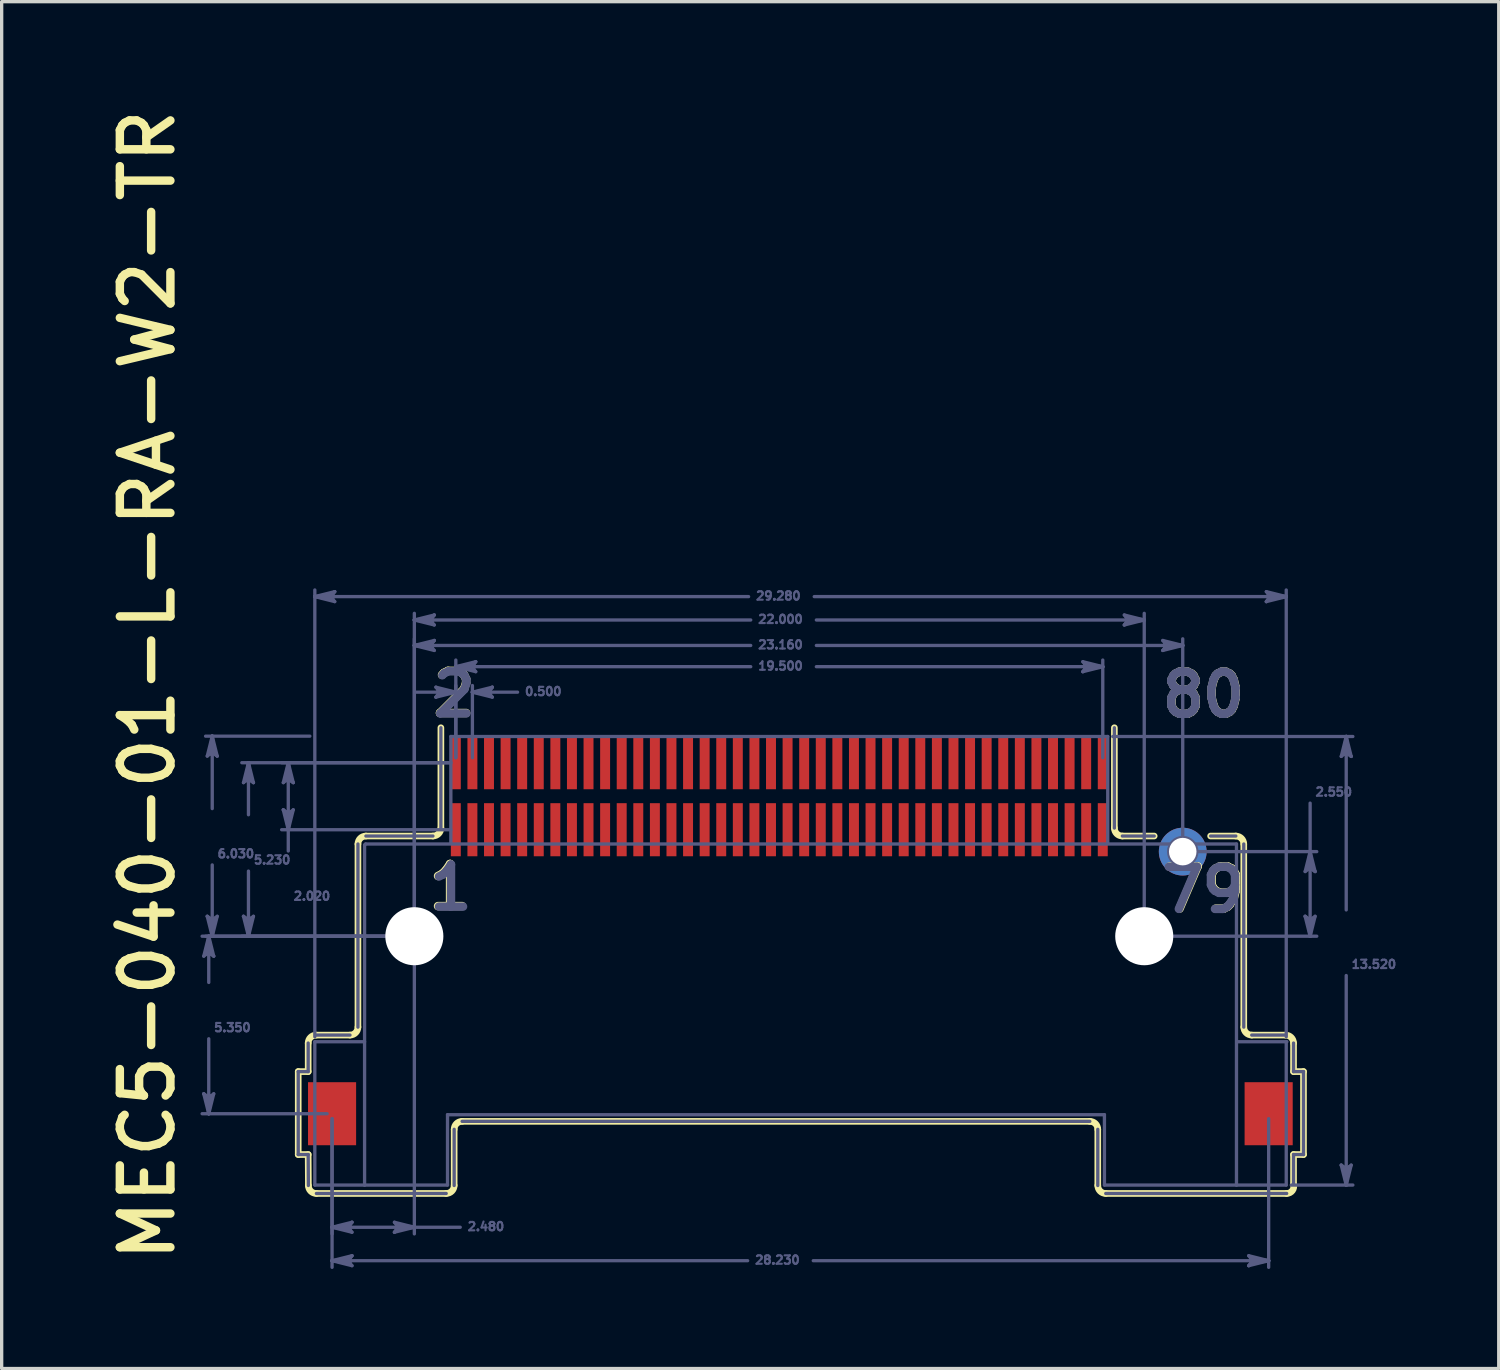
<source format=kicad_pcb>
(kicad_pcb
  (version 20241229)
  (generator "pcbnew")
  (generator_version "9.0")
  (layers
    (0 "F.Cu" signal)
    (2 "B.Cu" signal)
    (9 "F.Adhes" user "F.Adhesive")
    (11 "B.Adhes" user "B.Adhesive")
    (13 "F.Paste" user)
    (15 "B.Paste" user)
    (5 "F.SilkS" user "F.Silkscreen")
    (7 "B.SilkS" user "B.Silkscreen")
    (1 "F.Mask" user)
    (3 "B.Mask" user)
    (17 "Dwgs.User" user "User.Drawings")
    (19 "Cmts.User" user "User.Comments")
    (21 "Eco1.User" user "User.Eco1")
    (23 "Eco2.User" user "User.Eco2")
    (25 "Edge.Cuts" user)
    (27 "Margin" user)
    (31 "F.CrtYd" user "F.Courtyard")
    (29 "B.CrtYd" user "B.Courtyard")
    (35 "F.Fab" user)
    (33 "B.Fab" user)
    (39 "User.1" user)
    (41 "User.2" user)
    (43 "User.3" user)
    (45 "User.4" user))
  (footprint "MEC5-040-01-L-RA-W2-TR"
    (layer "F.Cu")
    (at 20.439 20.949)
    (property "Reference" "MEC5-040-01-L-RA-W2-TR" (at -18.153 14.124 90) (unlocked yes) (layer "F.SilkS") (effects (font (size 1.524 1.524) (thickness 0.254)) (justify left bottom)))
    (fp_circle (center -11 4.22) (end -11.926 4.22) (stroke (width 0.1) (type solid)) (fill no) (layer "F.Mask"))
    (fp_circle (center 11 4.22) (end 10.074 4.22) (stroke (width 0.1) (type solid)) (fill no) (layer "F.Mask"))
    (fp_circle (center 12.16 1.67) (end 11.389 1.67) (stroke (width 0.1) (type solid)) (fill no) (layer "F.Mask"))
    (fp_poly (pts (xy -12.704 10.571) (xy -14.256 10.571) (xy -14.256 8.569) (xy -12.704 8.569)) (stroke (width 0) (type default)) (fill yes) (layer "F.Mask"))
    (fp_poly (pts (xy -9.549 -0.159) (xy -9.951 -0.159) (xy -9.951 -1.861) (xy -9.549 -1.861)) (stroke (width 0) (type default)) (fill yes) (layer "F.Mask"))
    (fp_poly (pts (xy -9.549 1.861) (xy -9.951 1.861) (xy -9.951 0.159) (xy -9.549 0.159)) (stroke (width 0) (type default)) (fill yes) (layer "F.Mask"))
    (fp_poly (pts (xy -9.049 -0.159) (xy -9.451 -0.159) (xy -9.451 -1.861) (xy -9.049 -1.861)) (stroke (width 0) (type default)) (fill yes) (layer "F.Mask"))
    (fp_poly (pts (xy -9.049 1.861) (xy -9.451 1.861) (xy -9.451 0.159) (xy -9.049 0.159)) (stroke (width 0) (type default)) (fill yes) (layer "F.Mask"))
    (fp_poly (pts (xy -8.549 -0.159) (xy -8.951 -0.159) (xy -8.951 -1.861) (xy -8.549 -1.861)) (stroke (width 0) (type default)) (fill yes) (layer "F.Mask"))
    (fp_poly (pts (xy -8.549 1.861) (xy -8.951 1.861) (xy -8.951 0.159) (xy -8.549 0.159)) (stroke (width 0) (type default)) (fill yes) (layer "F.Mask"))
    (fp_poly (pts (xy -8.049 -0.159) (xy -8.451 -0.159) (xy -8.451 -1.861) (xy -8.049 -1.861)) (stroke (width 0) (type default)) (fill yes) (layer "F.Mask"))
    (fp_poly (pts (xy -8.049 1.861) (xy -8.451 1.861) (xy -8.451 0.159) (xy -8.049 0.159)) (stroke (width 0) (type default)) (fill yes) (layer "F.Mask"))
    (fp_poly (pts (xy -7.549 -0.159) (xy -7.951 -0.159) (xy -7.951 -1.861) (xy -7.549 -1.861)) (stroke (width 0) (type default)) (fill yes) (layer "F.Mask"))
    (fp_poly (pts (xy -7.549 1.861) (xy -7.951 1.861) (xy -7.951 0.159) (xy -7.549 0.159)) (stroke (width 0) (type default)) (fill yes) (layer "F.Mask"))
    (fp_poly (pts (xy -7.049 -0.159) (xy -7.451 -0.159) (xy -7.451 -1.861) (xy -7.049 -1.861)) (stroke (width 0) (type default)) (fill yes) (layer "F.Mask"))
    (fp_poly (pts (xy -7.049 1.861) (xy -7.451 1.861) (xy -7.451 0.159) (xy -7.049 0.159)) (stroke (width 0) (type default)) (fill yes) (layer "F.Mask"))
    (fp_poly (pts (xy -6.549 -0.159) (xy -6.951 -0.159) (xy -6.951 -1.861) (xy -6.549 -1.861)) (stroke (width 0) (type default)) (fill yes) (layer "F.Mask"))
    (fp_poly (pts (xy -6.549 1.861) (xy -6.951 1.861) (xy -6.951 0.159) (xy -6.549 0.159)) (stroke (width 0) (type default)) (fill yes) (layer "F.Mask"))
    (fp_poly (pts (xy -6.049 -0.159) (xy -6.451 -0.159) (xy -6.451 -1.861) (xy -6.049 -1.861)) (stroke (width 0) (type default)) (fill yes) (layer "F.Mask"))
    (fp_poly (pts (xy -6.049 1.861) (xy -6.451 1.861) (xy -6.451 0.159) (xy -6.049 0.159)) (stroke (width 0) (type default)) (fill yes) (layer "F.Mask"))
    (fp_poly (pts (xy -5.549 -0.159) (xy -5.951 -0.159) (xy -5.951 -1.861) (xy -5.549 -1.861)) (stroke (width 0) (type default)) (fill yes) (layer "F.Mask"))
    (fp_poly (pts (xy -5.549 1.861) (xy -5.951 1.861) (xy -5.951 0.159) (xy -5.549 0.159)) (stroke (width 0) (type default)) (fill yes) (layer "F.Mask"))
    (fp_poly (pts (xy -5.049 -0.159) (xy -5.451 -0.159) (xy -5.451 -1.861) (xy -5.049 -1.861)) (stroke (width 0) (type default)) (fill yes) (layer "F.Mask"))
    (fp_poly (pts (xy -5.049 1.861) (xy -5.451 1.861) (xy -5.451 0.159) (xy -5.049 0.159)) (stroke (width 0) (type default)) (fill yes) (layer "F.Mask"))
    (fp_poly (pts (xy -4.549 -0.159) (xy -4.951 -0.159) (xy -4.951 -1.861) (xy -4.549 -1.861)) (stroke (width 0) (type default)) (fill yes) (layer "F.Mask"))
    (fp_poly (pts (xy -4.549 1.861) (xy -4.951 1.861) (xy -4.951 0.159) (xy -4.549 0.159)) (stroke (width 0) (type default)) (fill yes) (layer "F.Mask"))
    (fp_poly (pts (xy -4.049 -0.159) (xy -4.451 -0.159) (xy -4.451 -1.861) (xy -4.049 -1.861)) (stroke (width 0) (type default)) (fill yes) (layer "F.Mask"))
    (fp_poly (pts (xy -4.049 1.861) (xy -4.451 1.861) (xy -4.451 0.159) (xy -4.049 0.159)) (stroke (width 0) (type default)) (fill yes) (layer "F.Mask"))
    (fp_poly (pts (xy -3.549 -0.159) (xy -3.951 -0.159) (xy -3.951 -1.861) (xy -3.549 -1.861)) (stroke (width 0) (type default)) (fill yes) (layer "F.Mask"))
    (fp_poly (pts (xy -3.549 1.861) (xy -3.951 1.861) (xy -3.951 0.159) (xy -3.549 0.159)) (stroke (width 0) (type default)) (fill yes) (layer "F.Mask"))
    (fp_poly (pts (xy -3.049 -0.159) (xy -3.451 -0.159) (xy -3.451 -1.861) (xy -3.049 -1.861)) (stroke (width 0) (type default)) (fill yes) (layer "F.Mask"))
    (fp_poly (pts (xy -3.049 1.861) (xy -3.451 1.861) (xy -3.451 0.159) (xy -3.049 0.159)) (stroke (width 0) (type default)) (fill yes) (layer "F.Mask"))
    (fp_poly (pts (xy -2.549 -0.159) (xy -2.951 -0.159) (xy -2.951 -1.861) (xy -2.549 -1.861)) (stroke (width 0) (type default)) (fill yes) (layer "F.Mask"))
    (fp_poly (pts (xy -2.549 1.861) (xy -2.951 1.861) (xy -2.951 0.159) (xy -2.549 0.159)) (stroke (width 0) (type default)) (fill yes) (layer "F.Mask"))
    (fp_poly (pts (xy -2.049 -0.159) (xy -2.451 -0.159) (xy -2.451 -1.861) (xy -2.049 -1.861)) (stroke (width 0) (type default)) (fill yes) (layer "F.Mask"))
    (fp_poly (pts (xy -2.049 1.861) (xy -2.451 1.861) (xy -2.451 0.159) (xy -2.049 0.159)) (stroke (width 0) (type default)) (fill yes) (layer "F.Mask"))
    (fp_poly (pts (xy -1.549 -0.159) (xy -1.951 -0.159) (xy -1.951 -1.861) (xy -1.549 -1.861)) (stroke (width 0) (type default)) (fill yes) (layer "F.Mask"))
    (fp_poly (pts (xy -1.549 1.861) (xy -1.951 1.861) (xy -1.951 0.159) (xy -1.549 0.159)) (stroke (width 0) (type default)) (fill yes) (layer "F.Mask"))
    (fp_poly (pts (xy -1.049 -0.159) (xy -1.451 -0.159) (xy -1.451 -1.861) (xy -1.049 -1.861)) (stroke (width 0) (type default)) (fill yes) (layer "F.Mask"))
    (fp_poly (pts (xy -1.049 1.861) (xy -1.451 1.861) (xy -1.451 0.159) (xy -1.049 0.159)) (stroke (width 0) (type default)) (fill yes) (layer "F.Mask"))
    (fp_poly (pts (xy -0.549 -0.159) (xy -0.951 -0.159) (xy -0.951 -1.861) (xy -0.549 -1.861)) (stroke (width 0) (type default)) (fill yes) (layer "F.Mask"))
    (fp_poly (pts (xy -0.549 1.861) (xy -0.951 1.861) (xy -0.951 0.159) (xy -0.549 0.159)) (stroke (width 0) (type default)) (fill yes) (layer "F.Mask"))
    (fp_poly (pts (xy -0.049 -0.159) (xy -0.451 -0.159) (xy -0.451 -1.861) (xy -0.049 -1.861)) (stroke (width 0) (type default)) (fill yes) (layer "F.Mask"))
    (fp_poly (pts (xy -0.049 1.861) (xy -0.451 1.861) (xy -0.451 0.159) (xy -0.049 0.159)) (stroke (width 0) (type default)) (fill yes) (layer "F.Mask"))
    (fp_poly (pts (xy 0.451 -0.159) (xy 0.049 -0.159) (xy 0.049 -1.861) (xy 0.451 -1.861)) (stroke (width 0) (type default)) (fill yes) (layer "F.Mask"))
    (fp_poly (pts (xy 0.451 1.861) (xy 0.049 1.861) (xy 0.049 0.159) (xy 0.451 0.159)) (stroke (width 0) (type default)) (fill yes) (layer "F.Mask"))
    (fp_poly (pts (xy 0.951 -0.159) (xy 0.549 -0.159) (xy 0.549 -1.861) (xy 0.951 -1.861)) (stroke (width 0) (type default)) (fill yes) (layer "F.Mask"))
    (fp_poly (pts (xy 0.951 1.861) (xy 0.549 1.861) (xy 0.549 0.159) (xy 0.951 0.159)) (stroke (width 0) (type default)) (fill yes) (layer "F.Mask"))
    (fp_poly (pts (xy 1.451 -0.159) (xy 1.049 -0.159) (xy 1.049 -1.861) (xy 1.451 -1.861)) (stroke (width 0) (type default)) (fill yes) (layer "F.Mask"))
    (fp_poly (pts (xy 1.451 1.861) (xy 1.049 1.861) (xy 1.049 0.159) (xy 1.451 0.159)) (stroke (width 0) (type default)) (fill yes) (layer "F.Mask"))
    (fp_poly (pts (xy 1.951 -0.159) (xy 1.549 -0.159) (xy 1.549 -1.861) (xy 1.951 -1.861)) (stroke (width 0) (type default)) (fill yes) (layer "F.Mask"))
    (fp_poly (pts (xy 1.951 1.861) (xy 1.549 1.861) (xy 1.549 0.159) (xy 1.951 0.159)) (stroke (width 0) (type default)) (fill yes) (layer "F.Mask"))
    (fp_poly (pts (xy 2.451 -0.159) (xy 2.049 -0.159) (xy 2.049 -1.861) (xy 2.451 -1.861)) (stroke (width 0) (type default)) (fill yes) (layer "F.Mask"))
    (fp_poly (pts (xy 2.451 1.861) (xy 2.049 1.861) (xy 2.049 0.159) (xy 2.451 0.159)) (stroke (width 0) (type default)) (fill yes) (layer "F.Mask"))
    (fp_poly (pts (xy 2.951 -0.159) (xy 2.549 -0.159) (xy 2.549 -1.861) (xy 2.951 -1.861)) (stroke (width 0) (type default)) (fill yes) (layer "F.Mask"))
    (fp_poly (pts (xy 2.951 1.861) (xy 2.549 1.861) (xy 2.549 0.159) (xy 2.951 0.159)) (stroke (width 0) (type default)) (fill yes) (layer "F.Mask"))
    (fp_poly (pts (xy 3.451 -0.159) (xy 3.049 -0.159) (xy 3.049 -1.861) (xy 3.451 -1.861)) (stroke (width 0) (type default)) (fill yes) (layer "F.Mask"))
    (fp_poly (pts (xy 3.451 1.861) (xy 3.049 1.861) (xy 3.049 0.159) (xy 3.451 0.159)) (stroke (width 0) (type default)) (fill yes) (layer "F.Mask"))
    (fp_poly (pts (xy 3.951 -0.159) (xy 3.549 -0.159) (xy 3.549 -1.861) (xy 3.951 -1.861)) (stroke (width 0) (type default)) (fill yes) (layer "F.Mask"))
    (fp_poly (pts (xy 3.951 1.861) (xy 3.549 1.861) (xy 3.549 0.159) (xy 3.951 0.159)) (stroke (width 0) (type default)) (fill yes) (layer "F.Mask"))
    (fp_poly (pts (xy 4.451 -0.159) (xy 4.049 -0.159) (xy 4.049 -1.861) (xy 4.451 -1.861)) (stroke (width 0) (type default)) (fill yes) (layer "F.Mask"))
    (fp_poly (pts (xy 4.451 1.861) (xy 4.049 1.861) (xy 4.049 0.159) (xy 4.451 0.159)) (stroke (width 0) (type default)) (fill yes) (layer "F.Mask"))
    (fp_poly (pts (xy 4.951 -0.159) (xy 4.549 -0.159) (xy 4.549 -1.861) (xy 4.951 -1.861)) (stroke (width 0) (type default)) (fill yes) (layer "F.Mask"))
    (fp_poly (pts (xy 4.951 1.861) (xy 4.549 1.861) (xy 4.549 0.159) (xy 4.951 0.159)) (stroke (width 0) (type default)) (fill yes) (layer "F.Mask"))
    (fp_poly (pts (xy 5.451 -0.159) (xy 5.049 -0.159) (xy 5.049 -1.861) (xy 5.451 -1.861)) (stroke (width 0) (type default)) (fill yes) (layer "F.Mask"))
    (fp_poly (pts (xy 5.451 1.861) (xy 5.049 1.861) (xy 5.049 0.159) (xy 5.451 0.159)) (stroke (width 0) (type default)) (fill yes) (layer "F.Mask"))
    (fp_poly (pts (xy 5.951 -0.159) (xy 5.549 -0.159) (xy 5.549 -1.861) (xy 5.951 -1.861)) (stroke (width 0) (type default)) (fill yes) (layer "F.Mask"))
    (fp_poly (pts (xy 5.951 1.861) (xy 5.549 1.861) (xy 5.549 0.159) (xy 5.951 0.159)) (stroke (width 0) (type default)) (fill yes) (layer "F.Mask"))
    (fp_poly (pts (xy 6.451 -0.159) (xy 6.049 -0.159) (xy 6.049 -1.861) (xy 6.451 -1.861)) (stroke (width 0) (type default)) (fill yes) (layer "F.Mask"))
    (fp_poly (pts (xy 6.451 1.861) (xy 6.049 1.861) (xy 6.049 0.159) (xy 6.451 0.159)) (stroke (width 0) (type default)) (fill yes) (layer "F.Mask"))
    (fp_poly (pts (xy 6.951 -0.159) (xy 6.549 -0.159) (xy 6.549 -1.861) (xy 6.951 -1.861)) (stroke (width 0) (type default)) (fill yes) (layer "F.Mask"))
    (fp_poly (pts (xy 6.951 1.861) (xy 6.549 1.861) (xy 6.549 0.159) (xy 6.951 0.159)) (stroke (width 0) (type default)) (fill yes) (layer "F.Mask"))
    (fp_poly (pts (xy 7.451 -0.159) (xy 7.049 -0.159) (xy 7.049 -1.861) (xy 7.451 -1.861)) (stroke (width 0) (type default)) (fill yes) (layer "F.Mask"))
    (fp_poly (pts (xy 7.451 1.861) (xy 7.049 1.861) (xy 7.049 0.159) (xy 7.451 0.159)) (stroke (width 0) (type default)) (fill yes) (layer "F.Mask"))
    (fp_poly (pts (xy 7.951 -0.159) (xy 7.549 -0.159) (xy 7.549 -1.861) (xy 7.951 -1.861)) (stroke (width 0) (type default)) (fill yes) (layer "F.Mask"))
    (fp_poly (pts (xy 7.951 1.861) (xy 7.549 1.861) (xy 7.549 0.159) (xy 7.951 0.159)) (stroke (width 0) (type default)) (fill yes) (layer "F.Mask"))
    (fp_poly (pts (xy 8.451 -0.159) (xy 8.049 -0.159) (xy 8.049 -1.861) (xy 8.451 -1.861)) (stroke (width 0) (type default)) (fill yes) (layer "F.Mask"))
    (fp_poly (pts (xy 8.451 1.861) (xy 8.049 1.861) (xy 8.049 0.159) (xy 8.451 0.159)) (stroke (width 0) (type default)) (fill yes) (layer "F.Mask"))
    (fp_poly (pts (xy 8.951 -0.159) (xy 8.549 -0.159) (xy 8.549 -1.861) (xy 8.951 -1.861)) (stroke (width 0) (type default)) (fill yes) (layer "F.Mask"))
    (fp_poly (pts (xy 8.951 1.861) (xy 8.549 1.861) (xy 8.549 0.159) (xy 8.951 0.159)) (stroke (width 0) (type default)) (fill yes) (layer "F.Mask"))
    (fp_poly (pts (xy 9.451 -0.159) (xy 9.049 -0.159) (xy 9.049 -1.861) (xy 9.451 -1.861)) (stroke (width 0) (type default)) (fill yes) (layer "F.Mask"))
    (fp_poly (pts (xy 9.451 1.861) (xy 9.049 1.861) (xy 9.049 0.159) (xy 9.451 0.159)) (stroke (width 0) (type default)) (fill yes) (layer "F.Mask"))
    (fp_poly (pts (xy 9.951 -0.159) (xy 9.549 -0.159) (xy 9.549 -1.861) (xy 9.951 -1.861)) (stroke (width 0) (type default)) (fill yes) (layer "F.Mask"))
    (fp_poly (pts (xy 9.951 1.861) (xy 9.549 1.861) (xy 9.549 0.159) (xy 9.951 0.159)) (stroke (width 0) (type default)) (fill yes) (layer "F.Mask"))
    (fp_poly (pts (xy 15.526 10.571) (xy 13.974 10.571) (xy 13.974 8.569) (xy 15.526 8.569)) (stroke (width 0) (type default)) (fill yes) (layer "F.Mask"))
    (fp_circle (center -11 4.22) (end -11.926 4.22) (stroke (width 0.1) (type solid)) (fill no) (layer "B.Mask"))
    (fp_circle (center 11 4.22) (end 10.074 4.22) (stroke (width 0.1) (type solid)) (fill no) (layer "B.Mask"))
    (fp_circle (center 12.16 1.67) (end 11.389 1.67) (stroke (width 0.1) (type solid)) (fill no) (layer "B.Mask"))
    (fp_line (start -14.5 10.8) (end -14.5 8.3) (stroke (width 0.2) (type solid)) (layer "F.SilkS"))
    (fp_line (start -14.2 8.3) (end -14.5 8.3) (stroke (width 0.2) (type solid)) (layer "F.SilkS"))
    (fp_line (start -14.2 8.3) (end -14.2 7.44) (stroke (width 0.2) (type solid)) (layer "F.SilkS"))
    (fp_line (start -14.2 10.8) (end -14.5 10.8) (stroke (width 0.2) (type solid)) (layer "F.SilkS"))
    (fp_line (start -14.194 11.733) (end -14.2 10.8) (stroke (width 0.2) (type solid)) (layer "F.SilkS"))
    (fp_line (start -12.94 7.2) (end -13.96 7.2) (stroke (width 0.2) (type solid)) (layer "F.SilkS"))
    (fp_line (start -12.7 6.96) (end -12.7 1.44) (stroke (width 0.2) (type solid)) (layer "F.SilkS"))
    (fp_line (start -10.44 1.2) (end -12.46 1.2) (stroke (width 0.2) (type solid)) (layer "F.SilkS"))
    (fp_line (start -10.2 0.96) (end -10.2 -2.064) (stroke (width 0.2) (type solid)) (layer "F.SilkS"))
    (fp_line (start -10.04 11.974) (end -13.953 11.974) (stroke (width 0.2) (type solid)) (layer "F.SilkS"))
    (fp_line (start -9.8 11.734) (end -9.8 10.04) (stroke (width 0.2) (type solid)) (layer "F.SilkS"))
    (fp_line (start 9.36 9.8) (end -9.56 9.8) (stroke (width 0.2) (type solid)) (layer "F.SilkS"))
    (fp_line (start 9.6 11.734) (end 9.6 10.04) (stroke (width 0.2) (type solid)) (layer "F.SilkS"))
    (fp_line (start 10.1 0.96) (end 10.1 -2.064) (stroke (width 0.2) (type solid)) (layer "F.SilkS"))
    (fp_line (start 11.3 1.2) (end 10.34 1.2) (stroke (width 0.2) (type solid)) (layer "F.SilkS"))
    (fp_line (start 13.76 1.2) (end 13 1.2) (stroke (width 0.2) (type solid)) (layer "F.SilkS"))
    (fp_line (start 14 6.96) (end 14 1.44) (stroke (width 0.2) (type solid)) (layer "F.SilkS"))
    (fp_line (start 15.26 7.2) (end 14.24 7.2) (stroke (width 0.2) (type solid)) (layer "F.SilkS"))
    (fp_line (start 15.293 11.974) (end 9.84 11.974) (stroke (width 0.2) (type solid)) (layer "F.SilkS"))
    (fp_line (start 15.5 8.3) (end 15.5 7.44) (stroke (width 0.2) (type solid)) (layer "F.SilkS"))
    (fp_line (start 15.5 11.7) (end 15.5 10.8) (stroke (width 0.2) (type solid)) (layer "F.SilkS"))
    (fp_line (start 15.8 8.3) (end 15.5 8.3) (stroke (width 0.2) (type solid)) (layer "F.SilkS"))
    (fp_line (start 15.8 10.8) (end 15.5 10.8) (stroke (width 0.2) (type solid)) (layer "F.SilkS"))
    (fp_line (start 15.8 10.8) (end 15.8 8.3) (stroke (width 0.2) (type solid)) (layer "F.SilkS"))
    (fp_arc (start -14.2 7.44) (mid -14.129706 7.270294) (end -13.96 7.2) (stroke (width 0.2) (type solid)) (layer "F.SilkS"))
    (fp_arc (start -13.953 11.974) (mid -14.123413 11.903413) (end -14.194 11.733) (stroke (width 0.2) (type solid)) (layer "F.SilkS"))
    (fp_arc (start -12.7 1.44) (mid -12.629706 1.270294) (end -12.46 1.2) (stroke (width 0.2) (type solid)) (layer "F.SilkS"))
    (fp_arc (start -12.7 6.96) (mid -12.770294 7.129706) (end -12.94 7.2) (stroke (width 0.2) (type solid)) (layer "F.SilkS"))
    (fp_arc (start -10.2 0.96) (mid -10.270294 1.129706) (end -10.44 1.2) (stroke (width 0.2) (type solid)) (layer "F.SilkS"))
    (fp_arc (start -9.8 10.04) (mid -9.729706 9.870294) (end -9.56 9.8) (stroke (width 0.2) (type solid)) (layer "F.SilkS"))
    (fp_arc (start -9.8 11.734) (mid -9.870294 11.903706) (end -10.04 11.974) (stroke (width 0.2) (type solid)) (layer "F.SilkS"))
    (fp_arc (start 9.36 9.8) (mid 9.529706 9.870294) (end 9.6 10.04) (stroke (width 0.2) (type solid)) (layer "F.SilkS"))
    (fp_arc (start 9.84 11.974) (mid 9.670294 11.903706) (end 9.6 11.734) (stroke (width 0.2) (type solid)) (layer "F.SilkS"))
    (fp_arc (start 10.34 1.2) (mid 10.170294 1.129706) (end 10.1 0.96) (stroke (width 0.2) (type solid)) (layer "F.SilkS"))
    (fp_arc (start 13.76 1.2) (mid 13.929706 1.270294) (end 14 1.44) (stroke (width 0.2) (type solid)) (layer "F.SilkS"))
    (fp_arc (start 14.24 7.2) (mid 14.070294 7.129706) (end 14 6.96) (stroke (width 0.2) (type solid)) (layer "F.SilkS"))
    (fp_arc (start 15.26 7.2) (mid 15.429706 7.270294) (end 15.5 7.44) (stroke (width 0.2) (type solid)) (layer "F.SilkS"))
    (fp_arc (start 15.499775 11.699212) (mid 15.464747 11.888241) (end 15.2927 11.97401) (stroke (width 0.2) (type solid)) (layer "F.SilkS"))
    (fp_circle (center 12.16 1.67) (end 11.045 1.67) (stroke (width 0.1) (type solid)) (fill no) (layer "F.Paste"))
    (fp_poly (pts (xy -12.755 10.52) (xy -14.205 10.52) (xy -14.205 8.62) (xy -12.755 8.62)) (stroke (width 0) (type default)) (fill yes) (layer "F.Paste"))
    (fp_poly (pts (xy -9.6 -0.21) (xy -9.9 -0.21) (xy -9.9 -1.81) (xy -9.6 -1.81)) (stroke (width 0) (type default)) (fill yes) (layer "F.Paste"))
    (fp_poly (pts (xy -9.6 1.81) (xy -9.9 1.81) (xy -9.9 0.21) (xy -9.6 0.21)) (stroke (width 0) (type default)) (fill yes) (layer "F.Paste"))
    (fp_poly (pts (xy -9.1 -0.21) (xy -9.4 -0.21) (xy -9.4 -1.81) (xy -9.1 -1.81)) (stroke (width 0) (type default)) (fill yes) (layer "F.Paste"))
    (fp_poly (pts (xy -9.1 1.81) (xy -9.4 1.81) (xy -9.4 0.21) (xy -9.1 0.21)) (stroke (width 0) (type default)) (fill yes) (layer "F.Paste"))
    (fp_poly (pts (xy -8.6 -0.21) (xy -8.9 -0.21) (xy -8.9 -1.81) (xy -8.6 -1.81)) (stroke (width 0) (type default)) (fill yes) (layer "F.Paste"))
    (fp_poly (pts (xy -8.6 1.81) (xy -8.9 1.81) (xy -8.9 0.21) (xy -8.6 0.21)) (stroke (width 0) (type default)) (fill yes) (layer "F.Paste"))
    (fp_poly (pts (xy -8.1 -0.21) (xy -8.4 -0.21) (xy -8.4 -1.81) (xy -8.1 -1.81)) (stroke (width 0) (type default)) (fill yes) (layer "F.Paste"))
    (fp_poly (pts (xy -8.1 1.81) (xy -8.4 1.81) (xy -8.4 0.21) (xy -8.1 0.21)) (stroke (width 0) (type default)) (fill yes) (layer "F.Paste"))
    (fp_poly (pts (xy -7.6 -0.21) (xy -7.9 -0.21) (xy -7.9 -1.81) (xy -7.6 -1.81)) (stroke (width 0) (type default)) (fill yes) (layer "F.Paste"))
    (fp_poly (pts (xy -7.6 1.81) (xy -7.9 1.81) (xy -7.9 0.21) (xy -7.6 0.21)) (stroke (width 0) (type default)) (fill yes) (layer "F.Paste"))
    (fp_poly (pts (xy -7.1 -0.21) (xy -7.4 -0.21) (xy -7.4 -1.81) (xy -7.1 -1.81)) (stroke (width 0) (type default)) (fill yes) (layer "F.Paste"))
    (fp_poly (pts (xy -7.1 1.81) (xy -7.4 1.81) (xy -7.4 0.21) (xy -7.1 0.21)) (stroke (width 0) (type default)) (fill yes) (layer "F.Paste"))
    (fp_poly (pts (xy -6.6 -0.21) (xy -6.9 -0.21) (xy -6.9 -1.81) (xy -6.6 -1.81)) (stroke (width 0) (type default)) (fill yes) (layer "F.Paste"))
    (fp_poly (pts (xy -6.6 1.81) (xy -6.9 1.81) (xy -6.9 0.21) (xy -6.6 0.21)) (stroke (width 0) (type default)) (fill yes) (layer "F.Paste"))
    (fp_poly (pts (xy -6.1 -0.21) (xy -6.4 -0.21) (xy -6.4 -1.81) (xy -6.1 -1.81)) (stroke (width 0) (type default)) (fill yes) (layer "F.Paste"))
    (fp_poly (pts (xy -6.1 1.81) (xy -6.4 1.81) (xy -6.4 0.21) (xy -6.1 0.21)) (stroke (width 0) (type default)) (fill yes) (layer "F.Paste"))
    (fp_poly (pts (xy -5.6 -0.21) (xy -5.9 -0.21) (xy -5.9 -1.81) (xy -5.6 -1.81)) (stroke (width 0) (type default)) (fill yes) (layer "F.Paste"))
    (fp_poly (pts (xy -5.6 1.81) (xy -5.9 1.81) (xy -5.9 0.21) (xy -5.6 0.21)) (stroke (width 0) (type default)) (fill yes) (layer "F.Paste"))
    (fp_poly (pts (xy -5.1 -0.21) (xy -5.4 -0.21) (xy -5.4 -1.81) (xy -5.1 -1.81)) (stroke (width 0) (type default)) (fill yes) (layer "F.Paste"))
    (fp_poly (pts (xy -5.1 1.81) (xy -5.4 1.81) (xy -5.4 0.21) (xy -5.1 0.21)) (stroke (width 0) (type default)) (fill yes) (layer "F.Paste"))
    (fp_poly (pts (xy -4.6 -0.21) (xy -4.9 -0.21) (xy -4.9 -1.81) (xy -4.6 -1.81)) (stroke (width 0) (type default)) (fill yes) (layer "F.Paste"))
    (fp_poly (pts (xy -4.6 1.81) (xy -4.9 1.81) (xy -4.9 0.21) (xy -4.6 0.21)) (stroke (width 0) (type default)) (fill yes) (layer "F.Paste"))
    (fp_poly (pts (xy -4.1 -0.21) (xy -4.4 -0.21) (xy -4.4 -1.81) (xy -4.1 -1.81)) (stroke (width 0) (type default)) (fill yes) (layer "F.Paste"))
    (fp_poly (pts (xy -4.1 1.81) (xy -4.4 1.81) (xy -4.4 0.21) (xy -4.1 0.21)) (stroke (width 0) (type default)) (fill yes) (layer "F.Paste"))
    (fp_poly (pts (xy -3.6 -0.21) (xy -3.9 -0.21) (xy -3.9 -1.81) (xy -3.6 -1.81)) (stroke (width 0) (type default)) (fill yes) (layer "F.Paste"))
    (fp_poly (pts (xy -3.6 1.81) (xy -3.9 1.81) (xy -3.9 0.21) (xy -3.6 0.21)) (stroke (width 0) (type default)) (fill yes) (layer "F.Paste"))
    (fp_poly (pts (xy -3.1 -0.21) (xy -3.4 -0.21) (xy -3.4 -1.81) (xy -3.1 -1.81)) (stroke (width 0) (type default)) (fill yes) (layer "F.Paste"))
    (fp_poly (pts (xy -3.1 1.81) (xy -3.4 1.81) (xy -3.4 0.21) (xy -3.1 0.21)) (stroke (width 0) (type default)) (fill yes) (layer "F.Paste"))
    (fp_poly (pts (xy -2.6 -0.21) (xy -2.9 -0.21) (xy -2.9 -1.81) (xy -2.6 -1.81)) (stroke (width 0) (type default)) (fill yes) (layer "F.Paste"))
    (fp_poly (pts (xy -2.6 1.81) (xy -2.9 1.81) (xy -2.9 0.21) (xy -2.6 0.21)) (stroke (width 0) (type default)) (fill yes) (layer "F.Paste"))
    (fp_poly (pts (xy -2.1 -0.21) (xy -2.4 -0.21) (xy -2.4 -1.81) (xy -2.1 -1.81)) (stroke (width 0) (type default)) (fill yes) (layer "F.Paste"))
    (fp_poly (pts (xy -2.1 1.81) (xy -2.4 1.81) (xy -2.4 0.21) (xy -2.1 0.21)) (stroke (width 0) (type default)) (fill yes) (layer "F.Paste"))
    (fp_poly (pts (xy -1.6 -0.21) (xy -1.9 -0.21) (xy -1.9 -1.81) (xy -1.6 -1.81)) (stroke (width 0) (type default)) (fill yes) (layer "F.Paste"))
    (fp_poly (pts (xy -1.6 1.81) (xy -1.9 1.81) (xy -1.9 0.21) (xy -1.6 0.21)) (stroke (width 0) (type default)) (fill yes) (layer "F.Paste"))
    (fp_poly (pts (xy -1.1 -0.21) (xy -1.4 -0.21) (xy -1.4 -1.81) (xy -1.1 -1.81)) (stroke (width 0) (type default)) (fill yes) (layer "F.Paste"))
    (fp_poly (pts (xy -1.1 1.81) (xy -1.4 1.81) (xy -1.4 0.21) (xy -1.1 0.21)) (stroke (width 0) (type default)) (fill yes) (layer "F.Paste"))
    (fp_poly (pts (xy -0.6 -0.21) (xy -0.9 -0.21) (xy -0.9 -1.81) (xy -0.6 -1.81)) (stroke (width 0) (type default)) (fill yes) (layer "F.Paste"))
    (fp_poly (pts (xy -0.6 1.81) (xy -0.9 1.81) (xy -0.9 0.21) (xy -0.6 0.21)) (stroke (width 0) (type default)) (fill yes) (layer "F.Paste"))
    (fp_poly (pts (xy -0.1 -0.21) (xy -0.4 -0.21) (xy -0.4 -1.81) (xy -0.1 -1.81)) (stroke (width 0) (type default)) (fill yes) (layer "F.Paste"))
    (fp_poly (pts (xy -0.1 1.81) (xy -0.4 1.81) (xy -0.4 0.21) (xy -0.1 0.21)) (stroke (width 0) (type default)) (fill yes) (layer "F.Paste"))
    (fp_poly (pts (xy 0.4 -0.21) (xy 0.1 -0.21) (xy 0.1 -1.81) (xy 0.4 -1.81)) (stroke (width 0) (type default)) (fill yes) (layer "F.Paste"))
    (fp_poly (pts (xy 0.4 1.81) (xy 0.1 1.81) (xy 0.1 0.21) (xy 0.4 0.21)) (stroke (width 0) (type default)) (fill yes) (layer "F.Paste"))
    (fp_poly (pts (xy 0.9 -0.21) (xy 0.6 -0.21) (xy 0.6 -1.81) (xy 0.9 -1.81)) (stroke (width 0) (type default)) (fill yes) (layer "F.Paste"))
    (fp_poly (pts (xy 0.9 1.81) (xy 0.6 1.81) (xy 0.6 0.21) (xy 0.9 0.21)) (stroke (width 0) (type default)) (fill yes) (layer "F.Paste"))
    (fp_poly (pts (xy 1.4 -0.21) (xy 1.1 -0.21) (xy 1.1 -1.81) (xy 1.4 -1.81)) (stroke (width 0) (type default)) (fill yes) (layer "F.Paste"))
    (fp_poly (pts (xy 1.4 1.81) (xy 1.1 1.81) (xy 1.1 0.21) (xy 1.4 0.21)) (stroke (width 0) (type default)) (fill yes) (layer "F.Paste"))
    (fp_poly (pts (xy 1.9 -0.21) (xy 1.6 -0.21) (xy 1.6 -1.81) (xy 1.9 -1.81)) (stroke (width 0) (type default)) (fill yes) (layer "F.Paste"))
    (fp_poly (pts (xy 1.9 1.81) (xy 1.6 1.81) (xy 1.6 0.21) (xy 1.9 0.21)) (stroke (width 0) (type default)) (fill yes) (layer "F.Paste"))
    (fp_poly (pts (xy 2.4 -0.21) (xy 2.1 -0.21) (xy 2.1 -1.81) (xy 2.4 -1.81)) (stroke (width 0) (type default)) (fill yes) (layer "F.Paste"))
    (fp_poly (pts (xy 2.4 1.81) (xy 2.1 1.81) (xy 2.1 0.21) (xy 2.4 0.21)) (stroke (width 0) (type default)) (fill yes) (layer "F.Paste"))
    (fp_poly (pts (xy 2.9 -0.21) (xy 2.6 -0.21) (xy 2.6 -1.81) (xy 2.9 -1.81)) (stroke (width 0) (type default)) (fill yes) (layer "F.Paste"))
    (fp_poly (pts (xy 2.9 1.81) (xy 2.6 1.81) (xy 2.6 0.21) (xy 2.9 0.21)) (stroke (width 0) (type default)) (fill yes) (layer "F.Paste"))
    (fp_poly (pts (xy 3.4 -0.21) (xy 3.1 -0.21) (xy 3.1 -1.81) (xy 3.4 -1.81)) (stroke (width 0) (type default)) (fill yes) (layer "F.Paste"))
    (fp_poly (pts (xy 3.4 1.81) (xy 3.1 1.81) (xy 3.1 0.21) (xy 3.4 0.21)) (stroke (width 0) (type default)) (fill yes) (layer "F.Paste"))
    (fp_poly (pts (xy 3.9 -0.21) (xy 3.6 -0.21) (xy 3.6 -1.81) (xy 3.9 -1.81)) (stroke (width 0) (type default)) (fill yes) (layer "F.Paste"))
    (fp_poly (pts (xy 3.9 1.81) (xy 3.6 1.81) (xy 3.6 0.21) (xy 3.9 0.21)) (stroke (width 0) (type default)) (fill yes) (layer "F.Paste"))
    (fp_poly (pts (xy 4.4 -0.21) (xy 4.1 -0.21) (xy 4.1 -1.81) (xy 4.4 -1.81)) (stroke (width 0) (type default)) (fill yes) (layer "F.Paste"))
    (fp_poly (pts (xy 4.4 1.81) (xy 4.1 1.81) (xy 4.1 0.21) (xy 4.4 0.21)) (stroke (width 0) (type default)) (fill yes) (layer "F.Paste"))
    (fp_poly (pts (xy 4.9 -0.21) (xy 4.6 -0.21) (xy 4.6 -1.81) (xy 4.9 -1.81)) (stroke (width 0) (type default)) (fill yes) (layer "F.Paste"))
    (fp_poly (pts (xy 4.9 1.81) (xy 4.6 1.81) (xy 4.6 0.21) (xy 4.9 0.21)) (stroke (width 0) (type default)) (fill yes) (layer "F.Paste"))
    (fp_poly (pts (xy 5.4 -0.21) (xy 5.1 -0.21) (xy 5.1 -1.81) (xy 5.4 -1.81)) (stroke (width 0) (type default)) (fill yes) (layer "F.Paste"))
    (fp_poly (pts (xy 5.4 1.81) (xy 5.1 1.81) (xy 5.1 0.21) (xy 5.4 0.21)) (stroke (width 0) (type default)) (fill yes) (layer "F.Paste"))
    (fp_poly (pts (xy 5.9 -0.21) (xy 5.6 -0.21) (xy 5.6 -1.81) (xy 5.9 -1.81)) (stroke (width 0) (type default)) (fill yes) (layer "F.Paste"))
    (fp_poly (pts (xy 5.9 1.81) (xy 5.6 1.81) (xy 5.6 0.21) (xy 5.9 0.21)) (stroke (width 0) (type default)) (fill yes) (layer "F.Paste"))
    (fp_poly (pts (xy 6.4 -0.21) (xy 6.1 -0.21) (xy 6.1 -1.81) (xy 6.4 -1.81)) (stroke (width 0) (type default)) (fill yes) (layer "F.Paste"))
    (fp_poly (pts (xy 6.4 1.81) (xy 6.1 1.81) (xy 6.1 0.21) (xy 6.4 0.21)) (stroke (width 0) (type default)) (fill yes) (layer "F.Paste"))
    (fp_poly (pts (xy 6.9 -0.21) (xy 6.6 -0.21) (xy 6.6 -1.81) (xy 6.9 -1.81)) (stroke (width 0) (type default)) (fill yes) (layer "F.Paste"))
    (fp_poly (pts (xy 6.9 1.81) (xy 6.6 1.81) (xy 6.6 0.21) (xy 6.9 0.21)) (stroke (width 0) (type default)) (fill yes) (layer "F.Paste"))
    (fp_poly (pts (xy 7.4 -0.21) (xy 7.1 -0.21) (xy 7.1 -1.81) (xy 7.4 -1.81)) (stroke (width 0) (type default)) (fill yes) (layer "F.Paste"))
    (fp_poly (pts (xy 7.4 1.81) (xy 7.1 1.81) (xy 7.1 0.21) (xy 7.4 0.21)) (stroke (width 0) (type default)) (fill yes) (layer "F.Paste"))
    (fp_poly (pts (xy 7.9 -0.21) (xy 7.6 -0.21) (xy 7.6 -1.81) (xy 7.9 -1.81)) (stroke (width 0) (type default)) (fill yes) (layer "F.Paste"))
    (fp_poly (pts (xy 7.9 1.81) (xy 7.6 1.81) (xy 7.6 0.21) (xy 7.9 0.21)) (stroke (width 0) (type default)) (fill yes) (layer "F.Paste"))
    (fp_poly (pts (xy 8.4 -0.21) (xy 8.1 -0.21) (xy 8.1 -1.81) (xy 8.4 -1.81)) (stroke (width 0) (type default)) (fill yes) (layer "F.Paste"))
    (fp_poly (pts (xy 8.4 1.81) (xy 8.1 1.81) (xy 8.1 0.21) (xy 8.4 0.21)) (stroke (width 0) (type default)) (fill yes) (layer "F.Paste"))
    (fp_poly (pts (xy 8.9 -0.21) (xy 8.6 -0.21) (xy 8.6 -1.81) (xy 8.9 -1.81)) (stroke (width 0) (type default)) (fill yes) (layer "F.Paste"))
    (fp_poly (pts (xy 8.9 1.81) (xy 8.6 1.81) (xy 8.6 0.21) (xy 8.9 0.21)) (stroke (width 0) (type default)) (fill yes) (layer "F.Paste"))
    (fp_poly (pts (xy 9.4 -0.21) (xy 9.1 -0.21) (xy 9.1 -1.81) (xy 9.4 -1.81)) (stroke (width 0) (type default)) (fill yes) (layer "F.Paste"))
    (fp_poly (pts (xy 9.4 1.81) (xy 9.1 1.81) (xy 9.1 0.21) (xy 9.4 0.21)) (stroke (width 0) (type default)) (fill yes) (layer "F.Paste"))
    (fp_poly (pts (xy 9.9 -0.21) (xy 9.6 -0.21) (xy 9.6 -1.81) (xy 9.9 -1.81)) (stroke (width 0) (type default)) (fill yes) (layer "F.Paste"))
    (fp_poly (pts (xy 9.9 1.81) (xy 9.6 1.81) (xy 9.6 0.21) (xy 9.9 0.21)) (stroke (width 0) (type default)) (fill yes) (layer "F.Paste"))
    (fp_poly (pts (xy 15.475 10.52) (xy 14.025 10.52) (xy 14.025 8.62) (xy 15.475 8.62)) (stroke (width 0) (type default)) (fill yes) (layer "F.Paste"))
    (fp_poly (pts (xy 11.015 0.285) (xy 14.915 0.285) (xy 14.915 6.285) (xy 16.295 6.285) (xy 16.295 7.485) (xy 16.615 7.485) (xy 16.615 11.615) (xy 16.295 11.615) (xy 16.295 12.735) (xy 8.685 12.735) (xy 8.685 10.715) (xy -8.885 10.715) (xy -8.885 12.735) (xy -14.32 12.735) (xy -14.34 12.715) (xy -15.115 12.715) (xy -15.115 11.615) (xy -15.315 11.615) (xy -15.315 7.485) (xy -15.115 7.485) (xy -15.115 6.285) (xy -13.615 6.285) (xy -13.615 0.285) (xy -11.015 0.285) (xy -11.015 -2.825) (xy 11.015 -2.825)) (stroke (width 0.1) (type default)) (fill no) (layer "Eco1.User"))
    (fp_line (start -17.347 4.82) (end -17.197 4.22) (stroke (width 0.1) (type solid)) (layer "B.Fab"))
    (fp_line (start -17.347 4.82) (end -17.197 4.7) (stroke (width 0.1) (type solid)) (layer "B.Fab"))
    (fp_line (start -17.272 4.76) (end -17.197 4.22) (stroke (width 0.1) (type solid)) (layer "B.Fab"))
    (fp_line (start -17.272 4.76) (end -17.197 4.7) (stroke (width 0.1) (type solid)) (layer "B.Fab"))
    (fp_line (start -17.272 9.03) (end -17.347 8.97) (stroke (width 0.1) (type solid)) (layer "B.Fab"))
    (fp_line (start -17.242 -1.21) (end -17.092 -1.81) (stroke (width 0.1) (type solid)) (layer "B.Fab"))
    (fp_line (start -17.242 -1.21) (end -17.092 -1.33) (stroke (width 0.1) (type solid)) (layer "B.Fab"))
    (fp_line (start -17.197 4.7) (end -17.197 4.22) (stroke (width 0.1) (type solid)) (layer "B.Fab"))
    (fp_line (start -17.197 5.613) (end -17.197 4.22) (stroke (width 0.1) (type solid)) (layer "B.Fab"))
    (fp_line (start -17.197 9.09) (end -17.347 8.97) (stroke (width 0.1) (type solid)) (layer "B.Fab"))
    (fp_line (start -17.197 9.09) (end -17.122 9.03) (stroke (width 0.1) (type solid)) (layer "B.Fab"))
    (fp_line (start -17.197 9.09) (end -17.047 8.97) (stroke (width 0.1) (type solid)) (layer "B.Fab"))
    (fp_line (start -17.197 9.57) (end -17.347 8.97) (stroke (width 0.1) (type solid)) (layer "B.Fab"))
    (fp_line (start -17.197 9.57) (end -17.272 9.03) (stroke (width 0.1) (type solid)) (layer "B.Fab"))
    (fp_line (start -17.197 9.57) (end -17.197 7.311) (stroke (width 0.1) (type solid)) (layer "B.Fab"))
    (fp_line (start -17.197 9.57) (end -17.197 9.09) (stroke (width 0.1) (type solid)) (layer "B.Fab"))
    (fp_line (start -17.197 9.57) (end -17.122 9.03) (stroke (width 0.1) (type solid)) (layer "B.Fab"))
    (fp_line (start -17.197 9.57) (end -17.047 8.97) (stroke (width 0.1) (type solid)) (layer "B.Fab"))
    (fp_line (start -17.167 -1.27) (end -17.092 -1.81) (stroke (width 0.1) (type solid)) (layer "B.Fab"))
    (fp_line (start -17.167 -1.27) (end -17.092 -1.33) (stroke (width 0.1) (type solid)) (layer "B.Fab"))
    (fp_line (start -17.167 3.68) (end -17.242 3.62) (stroke (width 0.1) (type solid)) (layer "B.Fab"))
    (fp_line (start -17.122 4.76) (end -17.197 4.22) (stroke (width 0.1) (type solid)) (layer "B.Fab"))
    (fp_line (start -17.092 -1.33) (end -17.092 -1.81) (stroke (width 0.1) (type solid)) (layer "B.Fab"))
    (fp_line (start -17.092 0.373) (end -17.092 -1.81) (stroke (width 0.1) (type solid)) (layer "B.Fab"))
    (fp_line (start -17.092 3.74) (end -17.242 3.62) (stroke (width 0.1) (type solid)) (layer "B.Fab"))
    (fp_line (start -17.092 3.74) (end -17.017 3.68) (stroke (width 0.1) (type solid)) (layer "B.Fab"))
    (fp_line (start -17.092 3.74) (end -16.942 3.62) (stroke (width 0.1) (type solid)) (layer "B.Fab"))
    (fp_line (start -17.092 4.22) (end -17.242 3.62) (stroke (width 0.1) (type solid)) (layer "B.Fab"))
    (fp_line (start -17.092 4.22) (end -17.167 3.68) (stroke (width 0.1) (type solid)) (layer "B.Fab"))
    (fp_line (start -17.092 4.22) (end -17.092 2.071) (stroke (width 0.1) (type solid)) (layer "B.Fab"))
    (fp_line (start -17.092 4.22) (end -17.092 3.74) (stroke (width 0.1) (type solid)) (layer "B.Fab"))
    (fp_line (start -17.092 4.22) (end -17.017 3.68) (stroke (width 0.1) (type solid)) (layer "B.Fab"))
    (fp_line (start -17.092 4.22) (end -16.942 3.62) (stroke (width 0.1) (type solid)) (layer "B.Fab"))
    (fp_line (start -17.047 4.82) (end -17.197 4.22) (stroke (width 0.1) (type solid)) (layer "B.Fab"))
    (fp_line (start -17.047 4.82) (end -17.197 4.7) (stroke (width 0.1) (type solid)) (layer "B.Fab"))
    (fp_line (start -17.047 4.82) (end -17.122 4.76) (stroke (width 0.1) (type solid)) (layer "B.Fab"))
    (fp_line (start -17.017 -1.27) (end -17.092 -1.81) (stroke (width 0.1) (type solid)) (layer "B.Fab"))
    (fp_line (start -16.942 -1.21) (end -17.092 -1.81) (stroke (width 0.1) (type solid)) (layer "B.Fab"))
    (fp_line (start -16.942 -1.21) (end -17.092 -1.33) (stroke (width 0.1) (type solid)) (layer "B.Fab"))
    (fp_line (start -16.942 -1.21) (end -17.017 -1.27) (stroke (width 0.1) (type solid)) (layer "B.Fab"))
    (fp_line (start -16.15 -0.41) (end -16 -1.01) (stroke (width 0.1) (type solid)) (layer "B.Fab"))
    (fp_line (start -16.15 -0.41) (end -16 -0.53) (stroke (width 0.1) (type solid)) (layer "B.Fab"))
    (fp_line (start -16.075 -0.47) (end -16 -1.01) (stroke (width 0.1) (type solid)) (layer "B.Fab"))
    (fp_line (start -16.075 -0.47) (end -16 -0.53) (stroke (width 0.1) (type solid)) (layer "B.Fab"))
    (fp_line (start -16.075 3.68) (end -16.15 3.62) (stroke (width 0.1) (type solid)) (layer "B.Fab"))
    (fp_line (start -16 -0.53) (end -16 -1.01) (stroke (width 0.1) (type solid)) (layer "B.Fab"))
    (fp_line (start -16 0.559) (end -16 -1.01) (stroke (width 0.1) (type solid)) (layer "B.Fab"))
    (fp_line (start -16 3.74) (end -16.15 3.62) (stroke (width 0.1) (type solid)) (layer "B.Fab"))
    (fp_line (start -16 3.74) (end -15.925 3.68) (stroke (width 0.1) (type solid)) (layer "B.Fab"))
    (fp_line (start -16 3.74) (end -15.85 3.62) (stroke (width 0.1) (type solid)) (layer "B.Fab"))
    (fp_line (start -16 4.22) (end -16.15 3.62) (stroke (width 0.1) (type solid)) (layer "B.Fab"))
    (fp_line (start -16 4.22) (end -16.075 3.68) (stroke (width 0.1) (type solid)) (layer "B.Fab"))
    (fp_line (start -16 4.22) (end -16 2.257) (stroke (width 0.1) (type solid)) (layer "B.Fab"))
    (fp_line (start -16 4.22) (end -16 3.74) (stroke (width 0.1) (type solid)) (layer "B.Fab"))
    (fp_line (start -16 4.22) (end -15.925 3.68) (stroke (width 0.1) (type solid)) (layer "B.Fab"))
    (fp_line (start -16 4.22) (end -15.85 3.62) (stroke (width 0.1) (type solid)) (layer "B.Fab"))
    (fp_line (start -15.925 -0.47) (end -16 -1.01) (stroke (width 0.1) (type solid)) (layer "B.Fab"))
    (fp_line (start -15.85 -0.41) (end -16 -1.01) (stroke (width 0.1) (type solid)) (layer "B.Fab"))
    (fp_line (start -15.85 -0.41) (end -16 -0.53) (stroke (width 0.1) (type solid)) (layer "B.Fab"))
    (fp_line (start -15.85 -0.41) (end -15.925 -0.47) (stroke (width 0.1) (type solid)) (layer "B.Fab"))
    (fp_line (start -14.95 -0.41) (end -14.8 -1.01) (stroke (width 0.1) (type solid)) (layer "B.Fab"))
    (fp_line (start -14.95 -0.41) (end -14.8 -0.53) (stroke (width 0.1) (type solid)) (layer "B.Fab"))
    (fp_line (start -14.875 -0.47) (end -14.8 -1.01) (stroke (width 0.1) (type solid)) (layer "B.Fab"))
    (fp_line (start -14.875 -0.47) (end -14.8 -0.53) (stroke (width 0.1) (type solid)) (layer "B.Fab"))
    (fp_line (start -14.875 0.47) (end -14.95 0.41) (stroke (width 0.1) (type solid)) (layer "B.Fab"))
    (fp_line (start -14.8 -0.53) (end -14.8 -1.01) (stroke (width 0.1) (type solid)) (layer "B.Fab"))
    (fp_line (start -14.8 0.53) (end -14.95 0.41) (stroke (width 0.1) (type solid)) (layer "B.Fab"))
    (fp_line (start -14.8 0.53) (end -14.725 0.47) (stroke (width 0.1) (type solid)) (layer "B.Fab"))
    (fp_line (start -14.8 0.53) (end -14.65 0.41) (stroke (width 0.1) (type solid)) (layer "B.Fab"))
    (fp_line (start -14.8 1.01) (end -14.95 0.41) (stroke (width 0.1) (type solid)) (layer "B.Fab"))
    (fp_line (start -14.8 1.01) (end -14.875 0.47) (stroke (width 0.1) (type solid)) (layer "B.Fab"))
    (fp_line (start -14.8 1.01) (end -14.8 -1.01) (stroke (width 0.1) (type solid)) (layer "B.Fab"))
    (fp_line (start -14.8 1.01) (end -14.8 0.53) (stroke (width 0.1) (type solid)) (layer "B.Fab"))
    (fp_line (start -14.8 1.01) (end -14.725 0.47) (stroke (width 0.1) (type solid)) (layer "B.Fab"))
    (fp_line (start -14.8 1.01) (end -14.65 0.41) (stroke (width 0.1) (type solid)) (layer "B.Fab"))
    (fp_line (start -14.8 1.651) (end -14.8 1.01) (stroke (width 0.1) (type solid)) (layer "B.Fab"))
    (fp_line (start -14.725 -0.47) (end -14.8 -1.01) (stroke (width 0.1) (type solid)) (layer "B.Fab"))
    (fp_line (start -14.65 -0.41) (end -14.8 -1.01) (stroke (width 0.1) (type solid)) (layer "B.Fab"))
    (fp_line (start -14.65 -0.41) (end -14.8 -0.53) (stroke (width 0.1) (type solid)) (layer "B.Fab"))
    (fp_line (start -14.65 -0.41) (end -14.725 -0.47) (stroke (width 0.1) (type solid)) (layer "B.Fab"))
    (fp_line (start -14.5 10.8) (end -14.5 8.3) (stroke (width 0.1) (type solid)) (layer "B.Fab"))
    (fp_line (start -14.2 8.3) (end -14.5 8.3) (stroke (width 0.1) (type solid)) (layer "B.Fab"))
    (fp_line (start -14.2 8.3) (end -14.2 7.44) (stroke (width 0.1) (type solid)) (layer "B.Fab"))
    (fp_line (start -14.2 10.8) (end -14.5 10.8) (stroke (width 0.1) (type solid)) (layer "B.Fab"))
    (fp_line (start -14.194 11.733) (end -14.2 10.8) (stroke (width 0.1) (type solid)) (layer "B.Fab"))
    (fp_line (start -14.15 -1.81) (end -17.292 -1.81) (stroke (width 0.1) (type solid)) (layer "B.Fab"))
    (fp_line (start -14 -6.016) (end -13.46 -6.091) (stroke (width 0.1) (type solid)) (layer "B.Fab"))
    (fp_line (start -14 -6.016) (end -13.4 -6.166) (stroke (width 0.1) (type solid)) (layer "B.Fab"))
    (fp_line (start -14 7.25) (end -14 -6.216) (stroke (width 0.1) (type solid)) (layer "B.Fab"))
    (fp_line (start -14 11.72) (end -14 7.4) (stroke (width 0.1) (type solid)) (layer "B.Fab"))
    (fp_line (start -13.63 9.57) (end -17.397 9.57) (stroke (width 0.1) (type solid)) (layer "B.Fab"))
    (fp_line (start -13.52 -6.016) (end -14 -6.016) (stroke (width 0.1) (type solid)) (layer "B.Fab"))
    (fp_line (start -13.52 -6.016) (end -13.4 -6.166) (stroke (width 0.1) (type solid)) (layer "B.Fab"))
    (fp_line (start -13.48 12.992) (end -12.94 12.917) (stroke (width 0.1) (type solid)) (layer "B.Fab"))
    (fp_line (start -13.48 12.992) (end -12.88 12.842) (stroke (width 0.1) (type solid)) (layer "B.Fab"))
    (fp_line (start -13.48 13.192) (end -13.48 9.72) (stroke (width 0.1) (type solid)) (layer "B.Fab"))
    (fp_line (start -13.48 14) (end -12.94 13.925) (stroke (width 0.1) (type solid)) (layer "B.Fab"))
    (fp_line (start -13.48 14) (end -12.88 13.85) (stroke (width 0.1) (type solid)) (layer "B.Fab"))
    (fp_line (start -13.48 14.2) (end -13.48 9.72) (stroke (width 0.1) (type solid)) (layer "B.Fab"))
    (fp_line (start -13.46 -6.091) (end -13.4 -6.166) (stroke (width 0.1) (type solid)) (layer "B.Fab"))
    (fp_line (start -13.46 -5.941) (end -14 -6.016) (stroke (width 0.1) (type solid)) (layer "B.Fab"))
    (fp_line (start -13.46 -5.941) (end -13.52 -6.016) (stroke (width 0.1) (type solid)) (layer "B.Fab"))
    (fp_line (start -13.4 -5.866) (end -14 -6.016) (stroke (width 0.1) (type solid)) (layer "B.Fab"))
    (fp_line (start -13.4 -5.866) (end -13.52 -6.016) (stroke (width 0.1) (type solid)) (layer "B.Fab"))
    (fp_line (start -13 12.992) (end -13.48 12.992) (stroke (width 0.1) (type solid)) (layer "B.Fab"))
    (fp_line (start -13 12.992) (end -12.88 12.842) (stroke (width 0.1) (type solid)) (layer "B.Fab"))
    (fp_line (start -13 14) (end -13.48 14) (stroke (width 0.1) (type solid)) (layer "B.Fab"))
    (fp_line (start -13 14) (end -12.88 13.85) (stroke (width 0.1) (type solid)) (layer "B.Fab"))
    (fp_line (start -12.94 7.2) (end -13.96 7.2) (stroke (width 0.1) (type solid)) (layer "B.Fab"))
    (fp_line (start -12.94 12.917) (end -12.88 12.842) (stroke (width 0.1) (type solid)) (layer "B.Fab"))
    (fp_line (start -12.94 13.067) (end -13.48 12.992) (stroke (width 0.1) (type solid)) (layer "B.Fab"))
    (fp_line (start -12.94 13.067) (end -13 12.992) (stroke (width 0.1) (type solid)) (layer "B.Fab"))
    (fp_line (start -12.94 13.925) (end -12.88 13.85) (stroke (width 0.1) (type solid)) (layer "B.Fab"))
    (fp_line (start -12.94 14.075) (end -13.48 14) (stroke (width 0.1) (type solid)) (layer "B.Fab"))
    (fp_line (start -12.94 14.075) (end -13 14) (stroke (width 0.1) (type solid)) (layer "B.Fab"))
    (fp_line (start -12.88 13.142) (end -13.48 12.992) (stroke (width 0.1) (type solid)) (layer "B.Fab"))
    (fp_line (start -12.88 13.142) (end -13 12.992) (stroke (width 0.1) (type solid)) (layer "B.Fab"))
    (fp_line (start -12.88 14.15) (end -13.48 14) (stroke (width 0.1) (type solid)) (layer "B.Fab"))
    (fp_line (start -12.88 14.15) (end -13 14) (stroke (width 0.1) (type solid)) (layer "B.Fab"))
    (fp_line (start -12.7 6.96) (end -12.7 1.44) (stroke (width 0.1) (type solid)) (layer "B.Fab"))
    (fp_line (start -12.5 1.47) (end -12.47 1.44) (stroke (width 0.1) (type solid)) (layer "B.Fab"))
    (fp_line (start -12.5 7.4) (end -14 7.4) (stroke (width 0.1) (type solid)) (layer "B.Fab"))
    (fp_line (start -12.5 11.72) (end -14 11.72) (stroke (width 0.1) (type solid)) (layer "B.Fab"))
    (fp_line (start -12.5 11.72) (end -12.5 1.47) (stroke (width 0.1) (type solid)) (layer "B.Fab"))
    (fp_line (start -11.6 13.142) (end -11.54 13.067) (stroke (width 0.1) (type solid)) (layer "B.Fab"))
    (fp_line (start -11.6 13.142) (end -11.48 12.992) (stroke (width 0.1) (type solid)) (layer "B.Fab"))
    (fp_line (start -11.6 13.142) (end -11 12.992) (stroke (width 0.1) (type solid)) (layer "B.Fab"))
    (fp_line (start -11.54 13.067) (end -11 12.992) (stroke (width 0.1) (type solid)) (layer "B.Fab"))
    (fp_line (start -11.48 12.992) (end -11.6 12.842) (stroke (width 0.1) (type solid)) (layer "B.Fab"))
    (fp_line (start -11.48 12.992) (end -11.54 12.917) (stroke (width 0.1) (type solid)) (layer "B.Fab"))
    (fp_line (start -11.15 4.22) (end -17.397 4.22) (stroke (width 0.1) (type solid)) (layer "B.Fab"))
    (fp_line (start -11.15 4.22) (end -17.292 4.22) (stroke (width 0.1) (type solid)) (layer "B.Fab"))
    (fp_line (start -11.15 4.22) (end -16.2 4.22) (stroke (width 0.1) (type solid)) (layer "B.Fab"))
    (fp_line (start -11 -5.312) (end -10.46 -5.387) (stroke (width 0.1) (type solid)) (layer "B.Fab"))
    (fp_line (start -11 -5.312) (end -10.4 -5.462) (stroke (width 0.1) (type solid)) (layer "B.Fab"))
    (fp_line (start -11 -4.544) (end -10.46 -4.619) (stroke (width 0.1) (type solid)) (layer "B.Fab"))
    (fp_line (start -11 -4.544) (end -10.4 -4.694) (stroke (width 0.1) (type solid)) (layer "B.Fab"))
    (fp_line (start -11 4.07) (end -11 -5.512) (stroke (width 0.1) (type solid)) (layer "B.Fab"))
    (fp_line (start -11 4.07) (end -11 -4.744) (stroke (width 0.1) (type solid)) (layer "B.Fab"))
    (fp_line (start -11 12.992) (end -13.48 12.992) (stroke (width 0.1) (type solid)) (layer "B.Fab"))
    (fp_line (start -11 12.992) (end -11.6 12.842) (stroke (width 0.1) (type solid)) (layer "B.Fab"))
    (fp_line (start -11 12.992) (end -11.54 12.917) (stroke (width 0.1) (type solid)) (layer "B.Fab"))
    (fp_line (start -11 12.992) (end -11.48 12.992) (stroke (width 0.1) (type solid)) (layer "B.Fab"))
    (fp_line (start -11 13.192) (end -11 4.37) (stroke (width 0.1) (type solid)) (layer "B.Fab"))
    (fp_line (start -10.52 -5.312) (end -11 -5.312) (stroke (width 0.1) (type solid)) (layer "B.Fab"))
    (fp_line (start -10.52 -5.312) (end -10.4 -5.462) (stroke (width 0.1) (type solid)) (layer "B.Fab"))
    (fp_line (start -10.52 -4.544) (end -11 -4.544) (stroke (width 0.1) (type solid)) (layer "B.Fab"))
    (fp_line (start -10.52 -4.544) (end -10.4 -4.694) (stroke (width 0.1) (type solid)) (layer "B.Fab"))
    (fp_line (start -10.46 -5.387) (end -10.4 -5.462) (stroke (width 0.1) (type solid)) (layer "B.Fab"))
    (fp_line (start -10.46 -5.237) (end -11 -5.312) (stroke (width 0.1) (type solid)) (layer "B.Fab"))
    (fp_line (start -10.46 -5.237) (end -10.52 -5.312) (stroke (width 0.1) (type solid)) (layer "B.Fab"))
    (fp_line (start -10.46 -4.619) (end -10.4 -4.694) (stroke (width 0.1) (type solid)) (layer "B.Fab"))
    (fp_line (start -10.46 -4.469) (end -11 -4.544) (stroke (width 0.1) (type solid)) (layer "B.Fab"))
    (fp_line (start -10.46 -4.469) (end -10.52 -4.544) (stroke (width 0.1) (type solid)) (layer "B.Fab"))
    (fp_line (start -10.44 1.2) (end -12.46 1.2) (stroke (width 0.1) (type solid)) (layer "B.Fab"))
    (fp_line (start -10.4 -5.162) (end -11 -5.312) (stroke (width 0.1) (type solid)) (layer "B.Fab"))
    (fp_line (start -10.4 -5.162) (end -10.52 -5.312) (stroke (width 0.1) (type solid)) (layer "B.Fab"))
    (fp_line (start -10.4 -4.394) (end -11 -4.544) (stroke (width 0.1) (type solid)) (layer "B.Fab"))
    (fp_line (start -10.4 -4.394) (end -10.52 -4.544) (stroke (width 0.1) (type solid)) (layer "B.Fab"))
    (fp_line (start -10.35 -2.986) (end -10.29 -3.061) (stroke (width 0.1) (type solid)) (layer "B.Fab"))
    (fp_line (start -10.35 -2.986) (end -10.23 -3.136) (stroke (width 0.1) (type solid)) (layer "B.Fab"))
    (fp_line (start -10.35 -2.986) (end -9.75 -3.136) (stroke (width 0.1) (type solid)) (layer "B.Fab"))
    (fp_line (start -10.29 -3.061) (end -9.75 -3.136) (stroke (width 0.1) (type solid)) (layer "B.Fab"))
    (fp_line (start -10.23 -3.136) (end -10.35 -3.286) (stroke (width 0.1) (type solid)) (layer "B.Fab"))
    (fp_line (start -10.23 -3.136) (end -10.29 -3.211) (stroke (width 0.1) (type solid)) (layer "B.Fab"))
    (fp_line (start -10.2 0.96) (end -10.2 -2.064) (stroke (width 0.1) (type solid)) (layer "B.Fab"))
    (fp_line (start -10.04 11.974) (end -13.953 11.974) (stroke (width 0.1) (type solid)) (layer "B.Fab"))
    (fp_line (start -10 11.72) (end -12.5 11.72) (stroke (width 0.1) (type solid)) (layer "B.Fab"))
    (fp_line (start -10 11.72) (end -10 9.6) (stroke (width 0.1) (type solid)) (layer "B.Fab"))
    (fp_line (start -9.9 -1.01) (end -16.2 -1.01) (stroke (width 0.1) (type solid)) (layer "B.Fab"))
    (fp_line (start -9.9 -1.01) (end -15 -1.01) (stroke (width 0.1) (type solid)) (layer "B.Fab"))
    (fp_line (start -9.9 1.01) (end -15 1.01) (stroke (width 0.1) (type solid)) (layer "B.Fab"))
    (fp_line (start -9.9 1.4) (end -9.9 -1.8) (stroke (width 0.1) (type solid)) (layer "B.Fab"))
    (fp_line (start -9.8 11.734) (end -9.8 10.04) (stroke (width 0.1) (type solid)) (layer "B.Fab"))
    (fp_line (start -9.75 -3.904) (end -9.21 -3.979) (stroke (width 0.1) (type solid)) (layer "B.Fab"))
    (fp_line (start -9.75 -3.904) (end -9.15 -4.054) (stroke (width 0.1) (type solid)) (layer "B.Fab"))
    (fp_line (start -9.75 -3.136) (end -10.95 -3.136) (stroke (width 0.1) (type solid)) (layer "B.Fab"))
    (fp_line (start -9.75 -3.136) (end -10.35 -3.286) (stroke (width 0.1) (type solid)) (layer "B.Fab"))
    (fp_line (start -9.75 -3.136) (end -10.29 -3.211) (stroke (width 0.1) (type solid)) (layer "B.Fab"))
    (fp_line (start -9.75 -3.136) (end -10.23 -3.136) (stroke (width 0.1) (type solid)) (layer "B.Fab"))
    (fp_line (start -9.75 -1.16) (end -9.75 -4.104) (stroke (width 0.1) (type solid)) (layer "B.Fab"))
    (fp_line (start -9.75 -1.16) (end -9.75 -3.336) (stroke (width 0.1) (type solid)) (layer "B.Fab"))
    (fp_line (start -9.617 12.992) (end -11 12.992) (stroke (width 0.1) (type solid)) (layer "B.Fab"))
    (fp_line (start -9.27 -3.904) (end -9.75 -3.904) (stroke (width 0.1) (type solid)) (layer "B.Fab"))
    (fp_line (start -9.27 -3.904) (end -9.15 -4.054) (stroke (width 0.1) (type solid)) (layer "B.Fab"))
    (fp_line (start -9.25 -3.136) (end -8.71 -3.211) (stroke (width 0.1) (type solid)) (layer "B.Fab"))
    (fp_line (start -9.25 -3.136) (end -8.65 -3.286) (stroke (width 0.1) (type solid)) (layer "B.Fab"))
    (fp_line (start -9.25 -1.16) (end -9.25 -3.336) (stroke (width 0.1) (type solid)) (layer "B.Fab"))
    (fp_line (start -9.21 -3.979) (end -9.15 -4.054) (stroke (width 0.1) (type solid)) (layer "B.Fab"))
    (fp_line (start -9.21 -3.829) (end -9.75 -3.904) (stroke (width 0.1) (type solid)) (layer "B.Fab"))
    (fp_line (start -9.21 -3.829) (end -9.27 -3.904) (stroke (width 0.1) (type solid)) (layer "B.Fab"))
    (fp_line (start -9.15 -3.754) (end -9.75 -3.904) (stroke (width 0.1) (type solid)) (layer "B.Fab"))
    (fp_line (start -9.15 -3.754) (end -9.27 -3.904) (stroke (width 0.1) (type solid)) (layer "B.Fab"))
    (fp_line (start -8.77 -3.136) (end -9.25 -3.136) (stroke (width 0.1) (type solid)) (layer "B.Fab"))
    (fp_line (start -8.77 -3.136) (end -8.65 -3.286) (stroke (width 0.1) (type solid)) (layer "B.Fab"))
    (fp_line (start -8.71 -3.211) (end -8.65 -3.286) (stroke (width 0.1) (type solid)) (layer "B.Fab"))
    (fp_line (start -8.71 -3.061) (end -9.25 -3.136) (stroke (width 0.1) (type solid)) (layer "B.Fab"))
    (fp_line (start -8.71 -3.061) (end -8.77 -3.136) (stroke (width 0.1) (type solid)) (layer "B.Fab"))
    (fp_line (start -8.65 -2.986) (end -9.25 -3.136) (stroke (width 0.1) (type solid)) (layer "B.Fab"))
    (fp_line (start -8.65 -2.986) (end -8.77 -3.136) (stroke (width 0.1) (type solid)) (layer "B.Fab"))
    (fp_line (start -7.889 -3.136) (end -9.25 -3.136) (stroke (width 0.1) (type solid)) (layer "B.Fab"))
    (fp_line (start -0.954 14) (end -13.48 14) (stroke (width 0.1) (type solid)) (layer "B.Fab"))
    (fp_line (start -0.925 -6.016) (end -14 -6.016) (stroke (width 0.1) (type solid)) (layer "B.Fab"))
    (fp_line (start -0.861 -5.312) (end -11 -5.312) (stroke (width 0.1) (type solid)) (layer "B.Fab"))
    (fp_line (start -0.861 -4.544) (end -11 -4.544) (stroke (width 0.1) (type solid)) (layer "B.Fab"))
    (fp_line (start -0.861 -3.904) (end -9.75 -3.904) (stroke (width 0.1) (type solid)) (layer "B.Fab"))
    (fp_line (start 9.15 -3.754) (end 9.21 -3.829) (stroke (width 0.1) (type solid)) (layer "B.Fab"))
    (fp_line (start 9.15 -3.754) (end 9.27 -3.904) (stroke (width 0.1) (type solid)) (layer "B.Fab"))
    (fp_line (start 9.15 -3.754) (end 9.75 -3.904) (stroke (width 0.1) (type solid)) (layer "B.Fab"))
    (fp_line (start 9.21 -3.829) (end 9.75 -3.904) (stroke (width 0.1) (type solid)) (layer "B.Fab"))
    (fp_line (start 9.27 -3.904) (end 9.15 -4.054) (stroke (width 0.1) (type solid)) (layer "B.Fab"))
    (fp_line (start 9.27 -3.904) (end 9.21 -3.979) (stroke (width 0.1) (type solid)) (layer "B.Fab"))
    (fp_line (start 9.36 9.8) (end -9.56 9.8) (stroke (width 0.1) (type solid)) (layer "B.Fab"))
    (fp_line (start 9.6 11.734) (end 9.6 10.04) (stroke (width 0.1) (type solid)) (layer "B.Fab"))
    (fp_line (start 9.75 -3.904) (end 1.117 -3.904) (stroke (width 0.1) (type solid)) (layer "B.Fab"))
    (fp_line (start 9.75 -3.904) (end 9.15 -4.054) (stroke (width 0.1) (type solid)) (layer "B.Fab"))
    (fp_line (start 9.75 -3.904) (end 9.21 -3.979) (stroke (width 0.1) (type solid)) (layer "B.Fab"))
    (fp_line (start 9.75 -3.904) (end 9.27 -3.904) (stroke (width 0.1) (type solid)) (layer "B.Fab"))
    (fp_line (start 9.75 -1.16) (end 9.75 -4.104) (stroke (width 0.1) (type solid)) (layer "B.Fab"))
    (fp_line (start 9.8 9.6) (end -10 9.6) (stroke (width 0.1) (type solid)) (layer "B.Fab"))
    (fp_line (start 9.8 11.72) (end 9.8 9.6) (stroke (width 0.1) (type solid)) (layer "B.Fab"))
    (fp_line (start 9.9 -1.8) (end -9.9 -1.8) (stroke (width 0.1) (type solid)) (layer "B.Fab"))
    (fp_line (start 9.9 1.4) (end 9.9 -1.8) (stroke (width 0.1) (type solid)) (layer "B.Fab"))
    (fp_line (start 10.1 0.96) (end 10.1 -2.064) (stroke (width 0.1) (type solid)) (layer "B.Fab"))
    (fp_line (start 10.4 -5.162) (end 10.46 -5.237) (stroke (width 0.1) (type solid)) (layer "B.Fab"))
    (fp_line (start 10.4 -5.162) (end 10.52 -5.312) (stroke (width 0.1) (type solid)) (layer "B.Fab"))
    (fp_line (start 10.4 -5.162) (end 11 -5.312) (stroke (width 0.1) (type solid)) (layer "B.Fab"))
    (fp_line (start 10.46 -5.237) (end 11 -5.312) (stroke (width 0.1) (type solid)) (layer "B.Fab"))
    (fp_line (start 10.52 -5.312) (end 10.4 -5.462) (stroke (width 0.1) (type solid)) (layer "B.Fab"))
    (fp_line (start 10.52 -5.312) (end 10.46 -5.387) (stroke (width 0.1) (type solid)) (layer "B.Fab"))
    (fp_line (start 11 -5.312) (end 1.117 -5.312) (stroke (width 0.1) (type solid)) (layer "B.Fab"))
    (fp_line (start 11 -5.312) (end 10.4 -5.462) (stroke (width 0.1) (type solid)) (layer "B.Fab"))
    (fp_line (start 11 -5.312) (end 10.46 -5.387) (stroke (width 0.1) (type solid)) (layer "B.Fab"))
    (fp_line (start 11 -5.312) (end 10.52 -5.312) (stroke (width 0.1) (type solid)) (layer "B.Fab"))
    (fp_line (start 11 4.07) (end 11 -5.512) (stroke (width 0.1) (type solid)) (layer "B.Fab"))
    (fp_line (start 11.3 1.2) (end 10.34 1.2) (stroke (width 0.1) (type solid)) (layer "B.Fab"))
    (fp_line (start 11.56 -4.394) (end 11.62 -4.469) (stroke (width 0.1) (type solid)) (layer "B.Fab"))
    (fp_line (start 11.56 -4.394) (end 11.68 -4.544) (stroke (width 0.1) (type solid)) (layer "B.Fab"))
    (fp_line (start 11.56 -4.394) (end 12.16 -4.544) (stroke (width 0.1) (type solid)) (layer "B.Fab"))
    (fp_line (start 11.62 -4.469) (end 12.16 -4.544) (stroke (width 0.1) (type solid)) (layer "B.Fab"))
    (fp_line (start 11.68 -4.544) (end 11.56 -4.694) (stroke (width 0.1) (type solid)) (layer "B.Fab"))
    (fp_line (start 11.68 -4.544) (end 11.62 -4.619) (stroke (width 0.1) (type solid)) (layer "B.Fab"))
    (fp_line (start 12.16 -4.544) (end 1.117 -4.544) (stroke (width 0.1) (type solid)) (layer "B.Fab"))
    (fp_line (start 12.16 -4.544) (end 11.56 -4.694) (stroke (width 0.1) (type solid)) (layer "B.Fab"))
    (fp_line (start 12.16 -4.544) (end 11.62 -4.619) (stroke (width 0.1) (type solid)) (layer "B.Fab"))
    (fp_line (start 12.16 -4.544) (end 11.68 -4.544) (stroke (width 0.1) (type solid)) (layer "B.Fab"))
    (fp_line (start 12.16 1.52) (end 12.16 -4.744) (stroke (width 0.1) (type solid)) (layer "B.Fab"))
    (fp_line (start 13.76 1.2) (end 13 1.2) (stroke (width 0.1) (type solid)) (layer "B.Fab"))
    (fp_line (start 13.78 1.44) (end -12.47 1.44) (stroke (width 0.1) (type solid)) (layer "B.Fab"))
    (fp_line (start 13.78 11.72) (end 9.8 11.72) (stroke (width 0.1) (type solid)) (layer "B.Fab"))
    (fp_line (start 13.78 11.72) (end 13.78 1.44) (stroke (width 0.1) (type solid)) (layer "B.Fab"))
    (fp_line (start 14 6.96) (end 14 1.44) (stroke (width 0.1) (type solid)) (layer "B.Fab"))
    (fp_line (start 14.15 14.15) (end 14.21 14.075) (stroke (width 0.1) (type solid)) (layer "B.Fab"))
    (fp_line (start 14.15 14.15) (end 14.27 14) (stroke (width 0.1) (type solid)) (layer "B.Fab"))
    (fp_line (start 14.15 14.15) (end 14.75 14) (stroke (width 0.1) (type solid)) (layer "B.Fab"))
    (fp_line (start 14.21 14.075) (end 14.75 14) (stroke (width 0.1) (type solid)) (layer "B.Fab"))
    (fp_line (start 14.27 14) (end 14.15 13.85) (stroke (width 0.1) (type solid)) (layer "B.Fab"))
    (fp_line (start 14.27 14) (end 14.21 13.925) (stroke (width 0.1) (type solid)) (layer "B.Fab"))
    (fp_line (start 14.68 -5.866) (end 14.74 -5.941) (stroke (width 0.1) (type solid)) (layer "B.Fab"))
    (fp_line (start 14.68 -5.866) (end 14.8 -6.016) (stroke (width 0.1) (type solid)) (layer "B.Fab"))
    (fp_line (start 14.68 -5.866) (end 15.28 -6.016) (stroke (width 0.1) (type solid)) (layer "B.Fab"))
    (fp_line (start 14.74 -5.941) (end 15.28 -6.016) (stroke (width 0.1) (type solid)) (layer "B.Fab"))
    (fp_line (start 14.75 14) (end 1.024 14) (stroke (width 0.1) (type solid)) (layer "B.Fab"))
    (fp_line (start 14.75 14) (end 14.15 13.85) (stroke (width 0.1) (type solid)) (layer "B.Fab"))
    (fp_line (start 14.75 14) (end 14.21 13.925) (stroke (width 0.1) (type solid)) (layer "B.Fab"))
    (fp_line (start 14.75 14) (end 14.27 14) (stroke (width 0.1) (type solid)) (layer "B.Fab"))
    (fp_line (start 14.75 14.2) (end 14.75 9.72) (stroke (width 0.1) (type solid)) (layer "B.Fab"))
    (fp_line (start 14.8 -6.016) (end 14.68 -6.166) (stroke (width 0.1) (type solid)) (layer "B.Fab"))
    (fp_line (start 14.8 -6.016) (end 14.74 -6.091) (stroke (width 0.1) (type solid)) (layer "B.Fab"))
    (fp_line (start 15.26 7.2) (end 14.24 7.2) (stroke (width 0.1) (type solid)) (layer "B.Fab"))
    (fp_line (start 15.28 -6.016) (end 1.053 -6.016) (stroke (width 0.1) (type solid)) (layer "B.Fab"))
    (fp_line (start 15.28 -6.016) (end 14.68 -6.166) (stroke (width 0.1) (type solid)) (layer "B.Fab"))
    (fp_line (start 15.28 -6.016) (end 14.74 -6.091) (stroke (width 0.1) (type solid)) (layer "B.Fab"))
    (fp_line (start 15.28 -6.016) (end 14.8 -6.016) (stroke (width 0.1) (type solid)) (layer "B.Fab"))
    (fp_line (start 15.28 7.25) (end 15.28 -6.216) (stroke (width 0.1) (type solid)) (layer "B.Fab"))
    (fp_line (start 15.28 11.72) (end 13.78 11.72) (stroke (width 0.1) (type solid)) (layer "B.Fab"))
    (fp_line (start 15.28 11.72) (end 15.28 7.4) (stroke (width 0.1) (type solid)) (layer "B.Fab"))
    (fp_line (start 15.293 11.974) (end 9.84 11.974) (stroke (width 0.1) (type solid)) (layer "B.Fab"))
    (fp_line (start 15.3 7.4) (end 13.8 7.4) (stroke (width 0.1) (type solid)) (layer "B.Fab"))
    (fp_line (start 15.5 8.3) (end 15.5 7.44) (stroke (width 0.1) (type solid)) (layer "B.Fab"))
    (fp_line (start 15.5 11.7) (end 15.5 10.8) (stroke (width 0.1) (type solid)) (layer "B.Fab"))
    (fp_line (start 15.8 8.3) (end 15.5 8.3) (stroke (width 0.1) (type solid)) (layer "B.Fab"))
    (fp_line (start 15.8 10.8) (end 15.5 10.8) (stroke (width 0.1) (type solid)) (layer "B.Fab"))
    (fp_line (start 15.8 10.8) (end 15.8 8.3) (stroke (width 0.1) (type solid)) (layer "B.Fab"))
    (fp_line (start 15.85 2.27) (end 16 1.67) (stroke (width 0.1) (type solid)) (layer "B.Fab"))
    (fp_line (start 15.85 2.27) (end 16 2.15) (stroke (width 0.1) (type solid)) (layer "B.Fab"))
    (fp_line (start 15.925 2.21) (end 16 1.67) (stroke (width 0.1) (type solid)) (layer "B.Fab"))
    (fp_line (start 15.925 2.21) (end 16 2.15) (stroke (width 0.1) (type solid)) (layer "B.Fab"))
    (fp_line (start 15.925 3.68) (end 15.85 3.62) (stroke (width 0.1) (type solid)) (layer "B.Fab"))
    (fp_line (start 16 1.67) (end 16 0.209) (stroke (width 0.1) (type solid)) (layer "B.Fab"))
    (fp_line (start 16 2.15) (end 16 1.67) (stroke (width 0.1) (type solid)) (layer "B.Fab"))
    (fp_line (start 16 3.74) (end 15.85 3.62) (stroke (width 0.1) (type solid)) (layer "B.Fab"))
    (fp_line (start 16 3.74) (end 16.075 3.68) (stroke (width 0.1) (type solid)) (layer "B.Fab"))
    (fp_line (start 16 3.74) (end 16.15 3.62) (stroke (width 0.1) (type solid)) (layer "B.Fab"))
    (fp_line (start 16 4.22) (end 15.85 3.62) (stroke (width 0.1) (type solid)) (layer "B.Fab"))
    (fp_line (start 16 4.22) (end 15.925 3.68) (stroke (width 0.1) (type solid)) (layer "B.Fab"))
    (fp_line (start 16 4.22) (end 16 1.67) (stroke (width 0.1) (type solid)) (layer "B.Fab"))
    (fp_line (start 16 4.22) (end 16 3.74) (stroke (width 0.1) (type solid)) (layer "B.Fab"))
    (fp_line (start 16 4.22) (end 16.075 3.68) (stroke (width 0.1) (type solid)) (layer "B.Fab"))
    (fp_line (start 16 4.22) (end 16.15 3.62) (stroke (width 0.1) (type solid)) (layer "B.Fab"))
    (fp_line (start 16.075 2.21) (end 16 1.67) (stroke (width 0.1) (type solid)) (layer "B.Fab"))
    (fp_line (start 16.15 2.27) (end 16 1.67) (stroke (width 0.1) (type solid)) (layer "B.Fab"))
    (fp_line (start 16.15 2.27) (end 16 2.15) (stroke (width 0.1) (type solid)) (layer "B.Fab"))
    (fp_line (start 16.15 2.27) (end 16.075 2.21) (stroke (width 0.1) (type solid)) (layer "B.Fab"))
    (fp_line (start 16.2 1.67) (end 12.31 1.67) (stroke (width 0.1) (type solid)) (layer "B.Fab"))
    (fp_line (start 16.2 4.22) (end 11.15 4.22) (stroke (width 0.1) (type solid)) (layer "B.Fab"))
    (fp_line (start 16.938 -1.2) (end 17.088 -1.8) (stroke (width 0.1) (type solid)) (layer "B.Fab"))
    (fp_line (start 16.938 -1.2) (end 17.088 -1.32) (stroke (width 0.1) (type solid)) (layer "B.Fab"))
    (fp_line (start 17.013 -1.26) (end 17.088 -1.8) (stroke (width 0.1) (type solid)) (layer "B.Fab"))
    (fp_line (start 17.013 -1.26) (end 17.088 -1.32) (stroke (width 0.1) (type solid)) (layer "B.Fab"))
    (fp_line (start 17.013 11.18) (end 16.938 11.12) (stroke (width 0.1) (type solid)) (layer "B.Fab"))
    (fp_line (start 17.088 -1.32) (end 17.088 -1.8) (stroke (width 0.1) (type solid)) (layer "B.Fab"))
    (fp_line (start 17.088 3.427) (end 17.088 -1.8) (stroke (width 0.1) (type solid)) (layer "B.Fab"))
    (fp_line (start 17.088 11.24) (end 16.938 11.12) (stroke (width 0.1) (type solid)) (layer "B.Fab"))
    (fp_line (start 17.088 11.24) (end 17.163 11.18) (stroke (width 0.1) (type solid)) (layer "B.Fab"))
    (fp_line (start 17.088 11.24) (end 17.238 11.12) (stroke (width 0.1) (type solid)) (layer "B.Fab"))
    (fp_line (start 17.088 11.72) (end 16.938 11.12) (stroke (width 0.1) (type solid)) (layer "B.Fab"))
    (fp_line (start 17.088 11.72) (end 17.013 11.18) (stroke (width 0.1) (type solid)) (layer "B.Fab"))
    (fp_line (start 17.088 11.72) (end 17.088 5.405) (stroke (width 0.1) (type solid)) (layer "B.Fab"))
    (fp_line (start 17.088 11.72) (end 17.088 11.24) (stroke (width 0.1) (type solid)) (layer "B.Fab"))
    (fp_line (start 17.088 11.72) (end 17.163 11.18) (stroke (width 0.1) (type solid)) (layer "B.Fab"))
    (fp_line (start 17.088 11.72) (end 17.238 11.12) (stroke (width 0.1) (type solid)) (layer "B.Fab"))
    (fp_line (start 17.163 -1.26) (end 17.088 -1.8) (stroke (width 0.1) (type solid)) (layer "B.Fab"))
    (fp_line (start 17.238 -1.2) (end 17.088 -1.8) (stroke (width 0.1) (type solid)) (layer "B.Fab"))
    (fp_line (start 17.238 -1.2) (end 17.088 -1.32) (stroke (width 0.1) (type solid)) (layer "B.Fab"))
    (fp_line (start 17.238 -1.2) (end 17.163 -1.26) (stroke (width 0.1) (type solid)) (layer "B.Fab"))
    (fp_line (start 17.288 -1.8) (end 10.05 -1.8) (stroke (width 0.1) (type solid)) (layer "B.Fab"))
    (fp_line (start 17.288 11.72) (end 15.43 11.72) (stroke (width 0.1) (type solid)) (layer "B.Fab"))
    (fp_circle (center 12.16 1.67) (end 11.745 1.67) (stroke (width 0.12) (type solid)) (fill no) (layer "B.Fab"))
    (fp_text user "80" (at 11.414 -2.316 0) (unlocked yes) (layer "F.SilkS") (effects (font (size 1.27 1.27) (thickness 0.254)) (justify left bottom)))
    (fp_text user "79" (at 11.414 3.557 0) (unlocked yes) (layer "F.SilkS") (effects (font (size 1.27 1.27) (thickness 0.254)) (justify left bottom)))
    (fp_text user "2" (at -10.575 -2.34 0) (unlocked yes) (layer "F.SilkS") (effects (font (size 1.27 1.27) (thickness 0.254)) (justify left bottom)))
    (fp_text user "1" (at -10.695 3.48 0) (unlocked yes) (layer "F.SilkS") (effects (font (size 1.27 1.27) (thickness 0.254)) (justify left bottom)))
    (fp_text user "22.000" (at -0.671 -5.185 0) (unlocked yes) (layer "B.Fab") (effects (font (size 0.254 0.254) (thickness 0.254)) (justify left bottom)))
    (fp_text user "2.020" (at -14.673 3.16 0) (unlocked yes) (layer "B.Fab") (effects (font (size 0.254 0.254) (thickness 0.254)) (justify left bottom)))
    (fp_text user "23.160" (at -0.671 -4.417 0) (unlocked yes) (layer "B.Fab") (effects (font (size 0.254 0.254) (thickness 0.254)) (justify left bottom)))
    (fp_text user "1" (at -10.667 3.496 0) (unlocked yes) (layer "B.Fab") (effects (font (size 1.27 1.27) (thickness 0.254)) (justify left bottom)))
    (fp_text user "2.480" (at -9.428 13.119 0) (unlocked yes) (layer "B.Fab") (effects (font (size 0.254 0.254) (thickness 0.254)) (justify left bottom)))
    (fp_text user "2" (at -10.567 -2.328 0) (unlocked yes) (layer "B.Fab") (effects (font (size 1.27 1.27) (thickness 0.254)) (justify left bottom)))
    (fp_text user "28.230" (at -0.764 14.127 0) (unlocked yes) (layer "B.Fab") (effects (font (size 0.254 0.254) (thickness 0.254)) (justify left bottom)))
    (fp_text user "13.520" (at 17.215 5.215 0) (unlocked yes) (layer "B.Fab") (effects (font (size 0.254 0.254) (thickness 0.254)) (justify left bottom)))
    (fp_text user "5.350" (at -17.07 7.122 0) (unlocked yes) (layer "B.Fab") (effects (font (size 0.254 0.254) (thickness 0.254)) (justify left bottom)))
    (fp_text user "5.230" (at -15.873 2.068 0) (unlocked yes) (layer "B.Fab") (effects (font (size 0.254 0.254) (thickness 0.254)) (justify left bottom)))
    (fp_text user "6.030" (at -16.965 1.882 0) (unlocked yes) (layer "B.Fab") (effects (font (size 0.254 0.254) (thickness 0.254)) (justify left bottom)))
    (fp_text user "29.280" (at -0.735 -5.889 0) (unlocked yes) (layer "B.Fab") (effects (font (size 0.254 0.254) (thickness 0.254)) (justify left bottom)))
    (fp_text user "79" (at 11.392 3.565 0) (unlocked yes) (layer "B.Fab") (effects (font (size 1.27 1.27) (thickness 0.254)) (justify left bottom)))
    (fp_text user "2.550" (at 16.127 0.02 0) (unlocked yes) (layer "B.Fab") (effects (font (size 0.254 0.254) (thickness 0.254)) (justify left bottom)))
    (fp_text user "19.500" (at -0.671 -3.777 0) (unlocked yes) (layer "B.Fab") (effects (font (size 0.254 0.254) (thickness 0.254)) (justify left bottom)))
    (fp_text user "0.500" (at -7.7 -3.009 0) (unlocked yes) (layer "B.Fab") (effects (font (size 0.254 0.254) (thickness 0.254)) (justify left bottom)))
    (fp_text user "80" (at 11.408 -2.316 0) (unlocked yes) (layer "B.Fab") (effects (font (size 1.27 1.27) (thickness 0.254)) (justify left bottom)))
    (pad "" np_thru_hole circle (at -11 4.22) (size 1.75 1.75) (drill 1.75) (layers "*.Cu" "*.Mask"))
    (pad "" np_thru_hole circle (at 11 4.22) (size 1.75 1.75) (drill 1.75) (layers "*.Cu" "*.Mask"))
    (pad "1" smd rect (at -9.75 1.01) (size 0.3 1.6) (layers "F.Cu" "F.Paste"))
    (pad "2" smd rect (at -9.75 -1.01) (size 0.3 1.6) (layers "F.Cu" "F.Paste"))
    (pad "3" smd rect (at -9.25 1.01) (size 0.3 1.6) (layers "F.Cu" "F.Paste"))
    (pad "4" smd rect (at -9.25 -1.01) (size 0.3 1.6) (layers "F.Cu" "F.Paste"))
    (pad "5" smd rect (at -8.75 1.01) (size 0.3 1.6) (layers "F.Cu" "F.Paste"))
    (pad "6" smd rect (at -8.75 -1.01) (size 0.3 1.6) (layers "F.Cu" "F.Paste"))
    (pad "7" smd rect (at -8.25 1.01) (size 0.3 1.6) (layers "F.Cu" "F.Paste"))
    (pad "8" smd rect (at -8.25 -1.01) (size 0.3 1.6) (layers "F.Cu" "F.Paste"))
    (pad "9" smd rect (at -7.75 1.01) (size 0.3 1.6) (layers "F.Cu" "F.Paste"))
    (pad "10" smd rect (at -7.75 -1.01) (size 0.3 1.6) (layers "F.Cu" "F.Paste"))
    (pad "11" smd rect (at -7.25 1.01) (size 0.3 1.6) (layers "F.Cu" "F.Paste"))
    (pad "12" smd rect (at -7.25 -1.01) (size 0.3 1.6) (layers "F.Cu" "F.Paste"))
    (pad "13" smd rect (at -6.75 1.01) (size 0.3 1.6) (layers "F.Cu" "F.Paste"))
    (pad "14" smd rect (at -6.75 -1.01) (size 0.3 1.6) (layers "F.Cu" "F.Paste"))
    (pad "15" smd rect (at -6.25 1.01) (size 0.3 1.6) (layers "F.Cu" "F.Paste"))
    (pad "16" smd rect (at -6.25 -1.01) (size 0.3 1.6) (layers "F.Cu" "F.Paste"))
    (pad "17" smd rect (at -5.75 1.01) (size 0.3 1.6) (layers "F.Cu" "F.Paste"))
    (pad "18" smd rect (at -5.75 -1.01) (size 0.3 1.6) (layers "F.Cu" "F.Paste"))
    (pad "19" smd rect (at -5.25 1.01) (size 0.3 1.6) (layers "F.Cu" "F.Paste"))
    (pad "20" smd rect (at -5.25 -1.01) (size 0.3 1.6) (layers "F.Cu" "F.Paste"))
    (pad "21" smd rect (at -4.75 1.01) (size 0.3 1.6) (layers "F.Cu" "F.Paste"))
    (pad "22" smd rect (at -4.75 -1.01) (size 0.3 1.6) (layers "F.Cu" "F.Paste"))
    (pad "23" smd rect (at -4.25 1.01) (size 0.3 1.6) (layers "F.Cu" "F.Paste"))
    (pad "24" smd rect (at -4.25 -1.01) (size 0.3 1.6) (layers "F.Cu" "F.Paste"))
    (pad "25" smd rect (at -3.75 1.01) (size 0.3 1.6) (layers "F.Cu" "F.Paste"))
    (pad "26" smd rect (at -3.75 -1.01) (size 0.3 1.6) (layers "F.Cu" "F.Paste"))
    (pad "27" smd rect (at -3.25 1.01) (size 0.3 1.6) (layers "F.Cu" "F.Paste"))
    (pad "28" smd rect (at -3.25 -1.01) (size 0.3 1.6) (layers "F.Cu" "F.Paste"))
    (pad "29" smd rect (at -2.75 1.01) (size 0.3 1.6) (layers "F.Cu" "F.Paste"))
    (pad "30" smd rect (at -2.75 -1.01) (size 0.3 1.6) (layers "F.Cu" "F.Paste"))
    (pad "31" smd rect (at -2.25 1.01) (size 0.3 1.6) (layers "F.Cu" "F.Paste"))
    (pad "32" smd rect (at -2.25 -1.01) (size 0.3 1.6) (layers "F.Cu" "F.Paste"))
    (pad "33" smd rect (at -1.75 1.01) (size 0.3 1.6) (layers "F.Cu" "F.Paste"))
    (pad "34" smd rect (at -1.75 -1.01) (size 0.3 1.6) (layers "F.Cu" "F.Paste"))
    (pad "35" smd rect (at -1.25 1.01) (size 0.3 1.6) (layers "F.Cu" "F.Paste"))
    (pad "36" smd rect (at -1.25 -1.01) (size 0.3 1.6) (layers "F.Cu" "F.Paste"))
    (pad "37" smd rect (at -0.75 1.01) (size 0.3 1.6) (layers "F.Cu" "F.Paste"))
    (pad "38" smd rect (at -0.75 -1.01) (size 0.3 1.6) (layers "F.Cu" "F.Paste"))
    (pad "39" smd rect (at -0.25 1.01) (size 0.3 1.6) (layers "F.Cu" "F.Paste"))
    (pad "40" smd rect (at -0.25 -1.01) (size 0.3 1.6) (layers "F.Cu" "F.Paste"))
    (pad "41" smd rect (at 0.25 1.01) (size 0.3 1.6) (layers "F.Cu" "F.Paste"))
    (pad "42" smd rect (at 0.25 -1.01) (size 0.3 1.6) (layers "F.Cu" "F.Paste"))
    (pad "43" smd rect (at 0.75 1.01) (size 0.3 1.6) (layers "F.Cu" "F.Paste"))
    (pad "44" smd rect (at 0.75 -1.01) (size 0.3 1.6) (layers "F.Cu" "F.Paste"))
    (pad "45" smd rect (at 1.25 1.01) (size 0.3 1.6) (layers "F.Cu" "F.Paste"))
    (pad "46" smd rect (at 1.25 -1.01) (size 0.3 1.6) (layers "F.Cu" "F.Paste"))
    (pad "47" smd rect (at 1.75 1.01) (size 0.3 1.6) (layers "F.Cu" "F.Paste"))
    (pad "48" smd rect (at 1.75 -1.01) (size 0.3 1.6) (layers "F.Cu" "F.Paste"))
    (pad "49" smd rect (at 2.25 1.01) (size 0.3 1.6) (layers "F.Cu" "F.Paste"))
    (pad "50" smd rect (at 2.25 -1.01) (size 0.3 1.6) (layers "F.Cu" "F.Paste"))
    (pad "51" smd rect (at 2.75 1.01) (size 0.3 1.6) (layers "F.Cu" "F.Paste"))
    (pad "52" smd rect (at 2.75 -1.01) (size 0.3 1.6) (layers "F.Cu" "F.Paste"))
    (pad "53" smd rect (at 3.25 1.01) (size 0.3 1.6) (layers "F.Cu" "F.Paste"))
    (pad "54" smd rect (at 3.25 -1.01) (size 0.3 1.6) (layers "F.Cu" "F.Paste"))
    (pad "55" smd rect (at 3.75 1.01) (size 0.3 1.6) (layers "F.Cu" "F.Paste"))
    (pad "56" smd rect (at 3.75 -1.01) (size 0.3 1.6) (layers "F.Cu" "F.Paste"))
    (pad "57" smd rect (at 4.25 1.01) (size 0.3 1.6) (layers "F.Cu" "F.Paste"))
    (pad "58" smd rect (at 4.25 -1.01) (size 0.3 1.6) (layers "F.Cu" "F.Paste"))
    (pad "59" smd rect (at 4.75 1.01) (size 0.3 1.6) (layers "F.Cu" "F.Paste"))
    (pad "60" smd rect (at 4.75 -1.01) (size 0.3 1.6) (layers "F.Cu" "F.Paste"))
    (pad "61" smd rect (at 5.25 1.01) (size 0.3 1.6) (layers "F.Cu" "F.Paste"))
    (pad "62" smd rect (at 5.25 -1.01) (size 0.3 1.6) (layers "F.Cu" "F.Paste"))
    (pad "63" smd rect (at 5.75 1.01) (size 0.3 1.6) (layers "F.Cu" "F.Paste"))
    (pad "64" smd rect (at 5.75 -1.01) (size 0.3 1.6) (layers "F.Cu" "F.Paste"))
    (pad "65" smd rect (at 6.25 1.01) (size 0.3 1.6) (layers "F.Cu" "F.Paste"))
    (pad "66" smd rect (at 6.25 -1.01) (size 0.3 1.6) (layers "F.Cu" "F.Paste"))
    (pad "67" smd rect (at 6.75 1.01) (size 0.3 1.6) (layers "F.Cu" "F.Paste"))
    (pad "68" smd rect (at 6.75 -1.01) (size 0.3 1.6) (layers "F.Cu" "F.Paste"))
    (pad "69" smd rect (at 7.25 1.01) (size 0.3 1.6) (layers "F.Cu" "F.Paste"))
    (pad "70" smd rect (at 7.25 -1.01) (size 0.3 1.6) (layers "F.Cu" "F.Paste"))
    (pad "71" smd rect (at 7.75 1.01) (size 0.3 1.6) (layers "F.Cu" "F.Paste"))
    (pad "72" smd rect (at 7.75 -1.01) (size 0.3 1.6) (layers "F.Cu" "F.Paste"))
    (pad "73" smd rect (at 8.25 1.01) (size 0.3 1.6) (layers "F.Cu" "F.Paste"))
    (pad "74" smd rect (at 8.25 -1.01) (size 0.3 1.6) (layers "F.Cu" "F.Paste"))
    (pad "75" smd rect (at 8.75 1.01) (size 0.3 1.6) (layers "F.Cu" "F.Paste"))
    (pad "76" smd rect (at 8.75 -1.01) (size 0.3 1.6) (layers "F.Cu" "F.Paste"))
    (pad "77" smd rect (at 9.25 1.01) (size 0.3 1.6) (layers "F.Cu" "F.Paste"))
    (pad "78" smd rect (at 9.25 -1.01) (size 0.3 1.6) (layers "F.Cu" "F.Paste"))
    (pad "79" smd rect (at 9.75 1.01) (size 0.3 1.6) (layers "F.Cu" "F.Paste"))
    (pad "80" smd rect (at 9.75 -1.01) (size 0.3 1.6) (layers "F.Cu" "F.Paste"))
    (pad "G1" smd rect (at -13.48 9.57) (size 1.45 1.9) (layers "F.Cu" "F.Paste"))
    (pad "G2" smd rect (at 14.75 9.57) (size 1.45 1.9) (layers "F.Cu" "F.Paste"))
    (pad "G3" thru_hole circle (at 12.16 1.67) (size 1.44 1.44) (drill 0.83) (layers "*.Cu")))
  (gr_rect
    (start -3 -3)
    (end 42.124 38.199)
    (stroke (width 0.1) (type default))
    (fill no)
    (layer "Edge.Cuts")))
</source>
